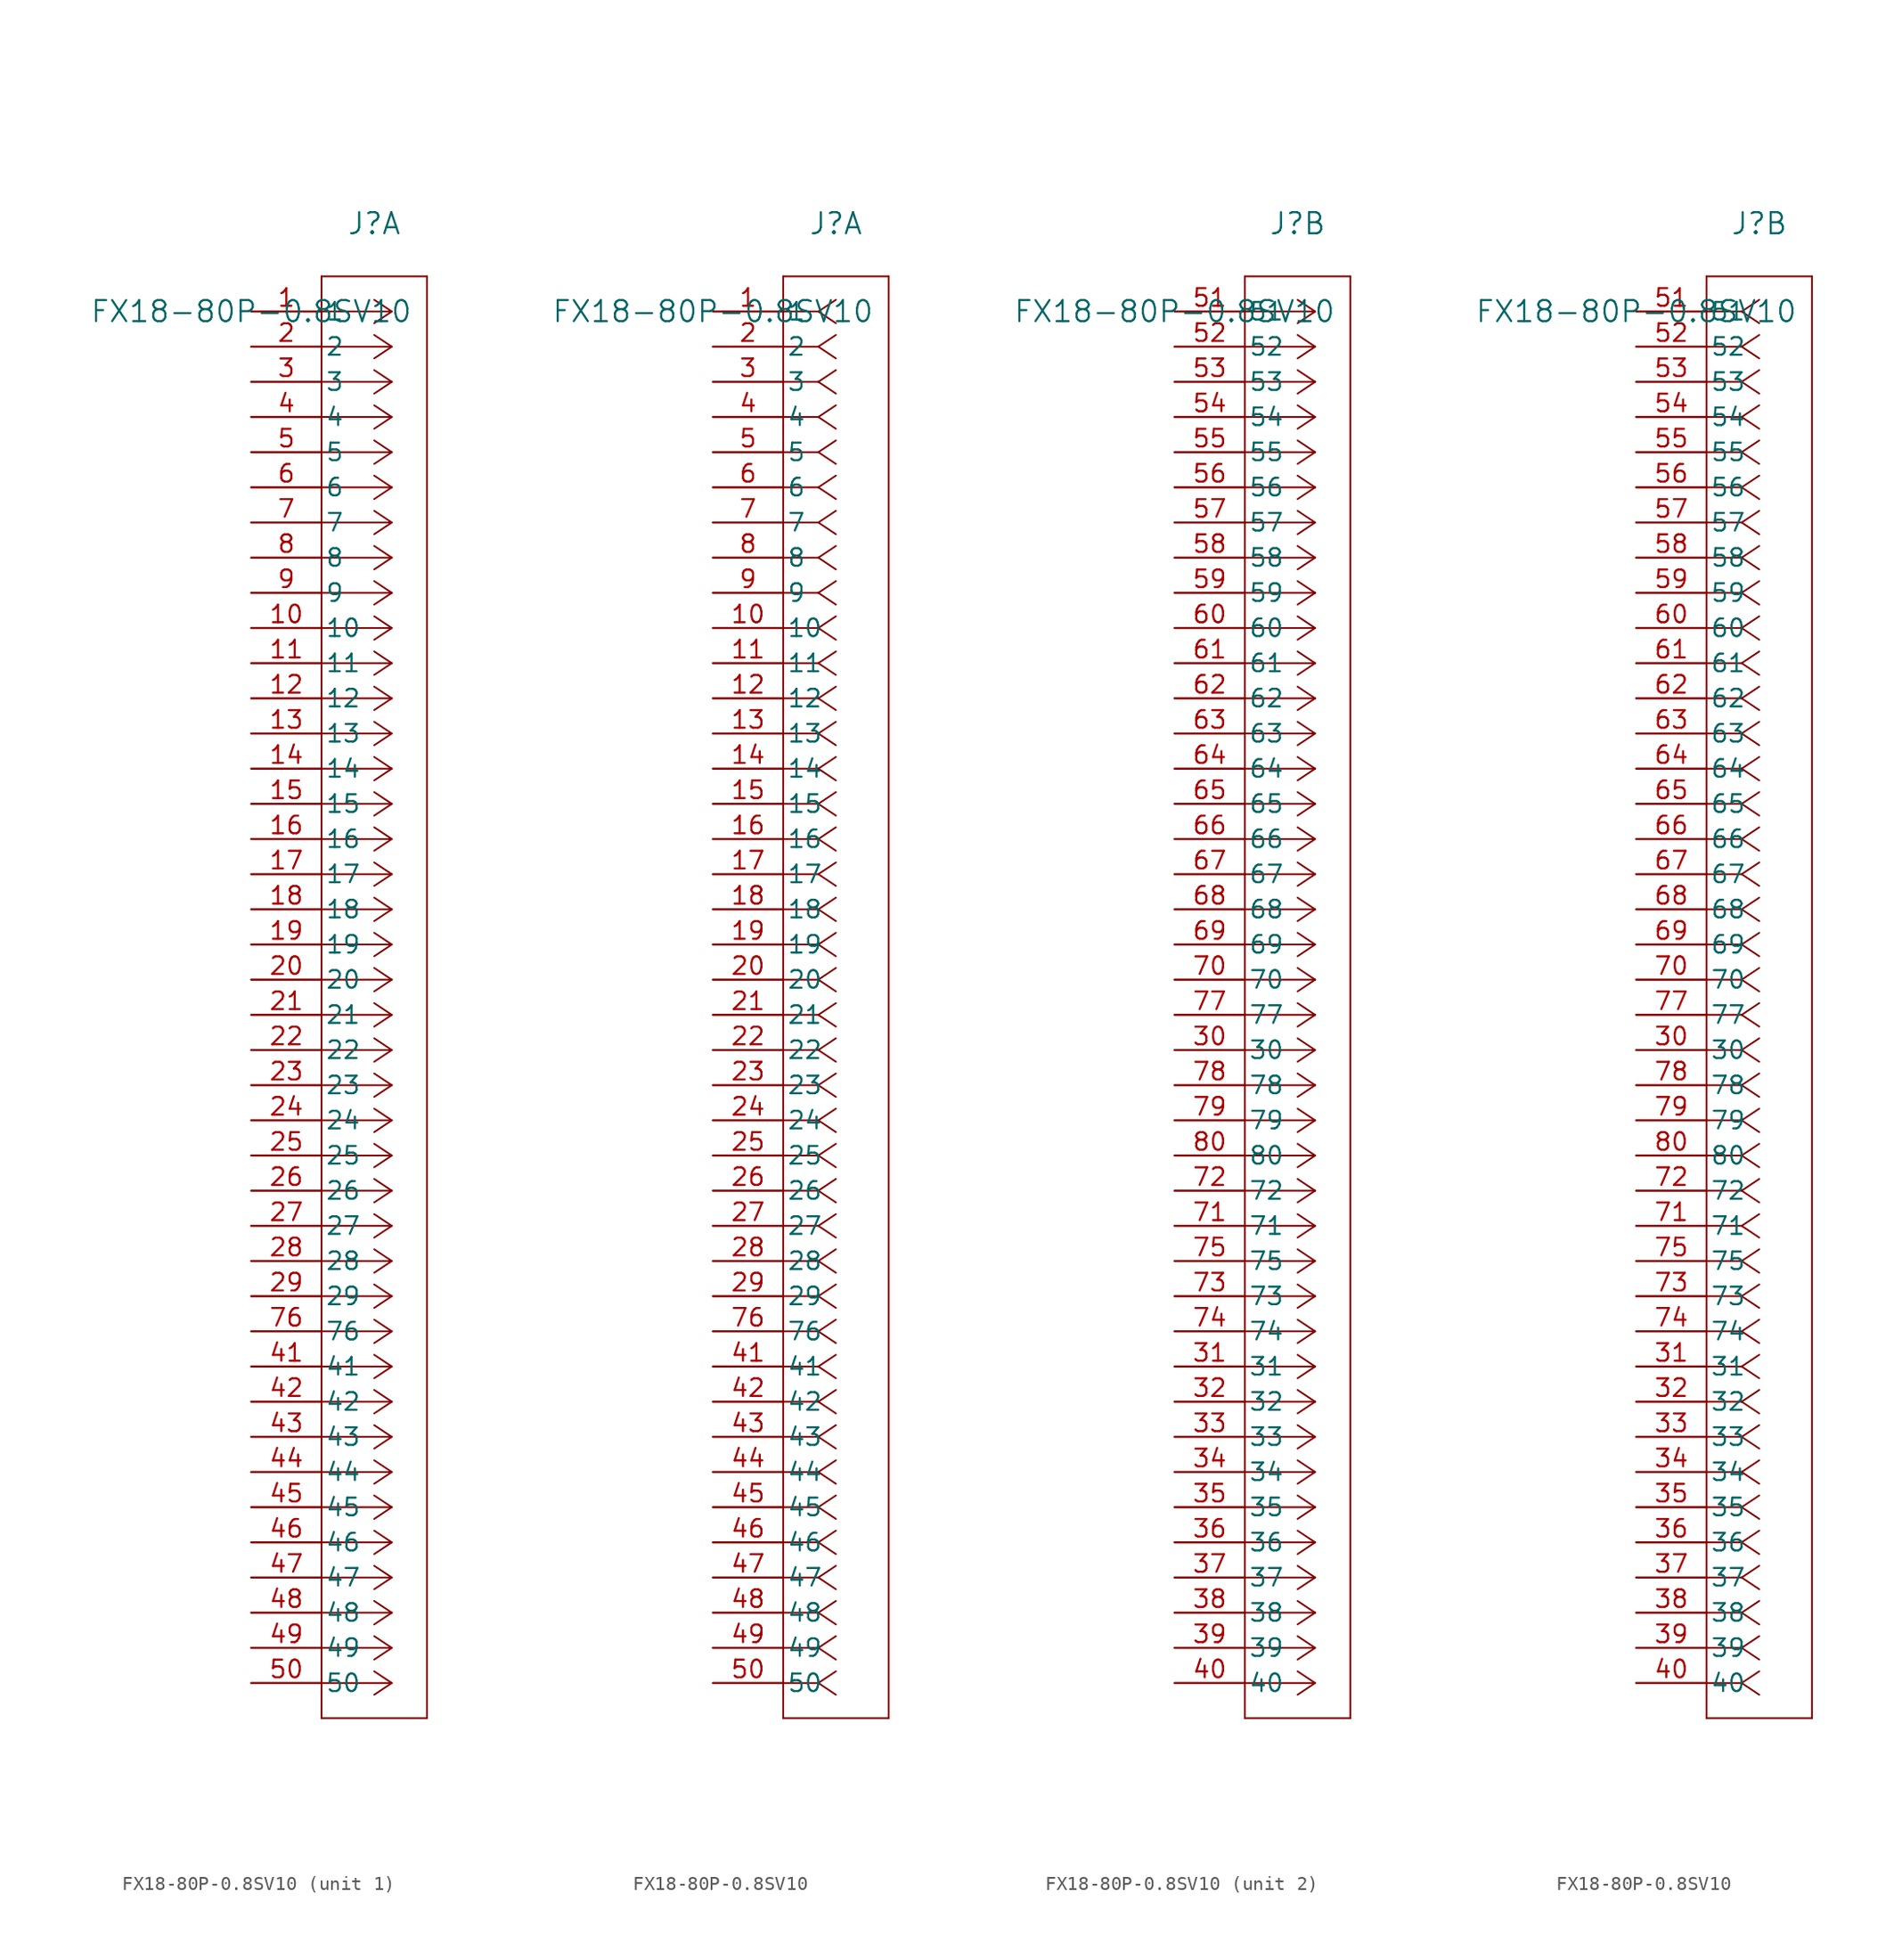
<source format=kicad_sym>
(kicad_symbol_lib
  (version 20211014)
  (generator kicad_symbol_editor)
  (symbol "FX18-80P-0.8SV10"
    (pin_names
      (offset 0.254))
    (property "Reference" "J"
      (at 8.89 6.35 0)
      (effects (font (size 1.524 1.524))))
    (property "Value" "FX18-80P-0.8SV10"
      (at 0 0 0)
      (effects (font (size 1.524 1.524))))
    (symbol "FX18-80P-0.8SV10_1_1"
      (polyline (pts (xy 10.16 0) (xy 5.08 0)) (stroke (width 0.127) (type default) (color 0 0 0 0)) (fill (type none)))
      (polyline (pts (xy 10.16 -2.54) (xy 5.08 -2.54)) (stroke (width 0.127) (type default) (color 0 0 0 0)) (fill (type none)))
      (polyline (pts (xy 10.16 -5.08) (xy 5.08 -5.08)) (stroke (width 0.127) (type default) (color 0 0 0 0)) (fill (type none)))
      (polyline (pts (xy 10.16 -7.62) (xy 5.08 -7.62)) (stroke (width 0.127) (type default) (color 0 0 0 0)) (fill (type none)))
      (polyline (pts (xy 10.16 -10.16) (xy 5.08 -10.16)) (stroke (width 0.127) (type default) (color 0 0 0 0)) (fill (type none)))
      (polyline (pts (xy 10.16 -12.7) (xy 5.08 -12.7)) (stroke (width 0.127) (type default) (color 0 0 0 0)) (fill (type none)))
      (polyline (pts (xy 10.16 -15.24) (xy 5.08 -15.24)) (stroke (width 0.127) (type default) (color 0 0 0 0)) (fill (type none)))
      (polyline (pts (xy 10.16 -17.78) (xy 5.08 -17.78)) (stroke (width 0.127) (type default) (color 0 0 0 0)) (fill (type none)))
      (polyline (pts (xy 10.16 -20.32) (xy 5.08 -20.32)) (stroke (width 0.127) (type default) (color 0 0 0 0)) (fill (type none)))
      (polyline (pts (xy 10.16 -22.86) (xy 5.08 -22.86)) (stroke (width 0.127) (type default) (color 0 0 0 0)) (fill (type none)))
      (polyline (pts (xy 10.16 -25.4) (xy 5.08 -25.4)) (stroke (width 0.127) (type default) (color 0 0 0 0)) (fill (type none)))
      (polyline (pts (xy 10.16 -27.94) (xy 5.08 -27.94)) (stroke (width 0.127) (type default) (color 0 0 0 0)) (fill (type none)))
      (polyline (pts (xy 10.16 -30.48) (xy 5.08 -30.48)) (stroke (width 0.127) (type default) (color 0 0 0 0)) (fill (type none)))
      (polyline (pts (xy 10.16 -33.02) (xy 5.08 -33.02)) (stroke (width 0.127) (type default) (color 0 0 0 0)) (fill (type none)))
      (polyline (pts (xy 10.16 -35.56) (xy 5.08 -35.56)) (stroke (width 0.127) (type default) (color 0 0 0 0)) (fill (type none)))
      (polyline (pts (xy 10.16 -38.1) (xy 5.08 -38.1)) (stroke (width 0.127) (type default) (color 0 0 0 0)) (fill (type none)))
      (polyline (pts (xy 10.16 -40.64) (xy 5.08 -40.64)) (stroke (width 0.127) (type default) (color 0 0 0 0)) (fill (type none)))
      (polyline (pts (xy 10.16 -43.18) (xy 5.08 -43.18)) (stroke (width 0.127) (type default) (color 0 0 0 0)) (fill (type none)))
      (polyline (pts (xy 10.16 -45.72) (xy 5.08 -45.72)) (stroke (width 0.127) (type default) (color 0 0 0 0)) (fill (type none)))
      (polyline (pts (xy 10.16 -48.26) (xy 5.08 -48.26)) (stroke (width 0.127) (type default) (color 0 0 0 0)) (fill (type none)))
      (polyline (pts (xy 10.16 -50.8) (xy 5.08 -50.8)) (stroke (width 0.127) (type default) (color 0 0 0 0)) (fill (type none)))
      (polyline (pts (xy 10.16 -53.34) (xy 5.08 -53.34)) (stroke (width 0.127) (type default) (color 0 0 0 0)) (fill (type none)))
      (polyline (pts (xy 10.16 -55.88) (xy 5.08 -55.88)) (stroke (width 0.127) (type default) (color 0 0 0 0)) (fill (type none)))
      (polyline (pts (xy 10.16 -58.42) (xy 5.08 -58.42)) (stroke (width 0.127) (type default) (color 0 0 0 0)) (fill (type none)))
      (polyline (pts (xy 10.16 -60.96) (xy 5.08 -60.96)) (stroke (width 0.127) (type default) (color 0 0 0 0)) (fill (type none)))
      (polyline (pts (xy 10.16 -63.5) (xy 5.08 -63.5)) (stroke (width 0.127) (type default) (color 0 0 0 0)) (fill (type none)))
      (polyline (pts (xy 10.16 -66.04) (xy 5.08 -66.04)) (stroke (width 0.127) (type default) (color 0 0 0 0)) (fill (type none)))
      (polyline (pts (xy 10.16 -68.58) (xy 5.08 -68.58)) (stroke (width 0.127) (type default) (color 0 0 0 0)) (fill (type none)))
      (polyline (pts (xy 10.16 -71.12) (xy 5.08 -71.12)) (stroke (width 0.127) (type default) (color 0 0 0 0)) (fill (type none)))
      (polyline (pts (xy 10.16 -73.66) (xy 5.08 -73.66)) (stroke (width 0.127) (type default) (color 0 0 0 0)) (fill (type none)))
      (polyline (pts (xy 10.16 -76.2) (xy 5.08 -76.2)) (stroke (width 0.127) (type default) (color 0 0 0 0)) (fill (type none)))
      (polyline (pts (xy 10.16 -78.74) (xy 5.08 -78.74)) (stroke (width 0.127) (type default) (color 0 0 0 0)) (fill (type none)))
      (polyline (pts (xy 10.16 -81.28) (xy 5.08 -81.28)) (stroke (width 0.127) (type default) (color 0 0 0 0)) (fill (type none)))
      (polyline (pts (xy 10.16 -83.82) (xy 5.08 -83.82)) (stroke (width 0.127) (type default) (color 0 0 0 0)) (fill (type none)))
      (polyline (pts (xy 10.16 -86.36) (xy 5.08 -86.36)) (stroke (width 0.127) (type default) (color 0 0 0 0)) (fill (type none)))
      (polyline (pts (xy 10.16 -88.9) (xy 5.08 -88.9)) (stroke (width 0.127) (type default) (color 0 0 0 0)) (fill (type none)))
      (polyline (pts (xy 10.16 -91.44) (xy 5.08 -91.44)) (stroke (width 0.127) (type default) (color 0 0 0 0)) (fill (type none)))
      (polyline (pts (xy 10.16 -93.98) (xy 5.08 -93.98)) (stroke (width 0.127) (type default) (color 0 0 0 0)) (fill (type none)))
      (polyline (pts (xy 10.16 -96.52) (xy 5.08 -96.52)) (stroke (width 0.127) (type default) (color 0 0 0 0)) (fill (type none)))
      (polyline (pts (xy 10.16 -99.06) (xy 5.08 -99.06)) (stroke (width 0.127) (type default) (color 0 0 0 0)) (fill (type none)))
      (polyline (pts (xy 10.16 0) (xy 8.89 0.847)) (stroke (width 0.127) (type default) (color 0 0 0 0)) (fill (type none)))
      (polyline (pts (xy 10.16 -2.54) (xy 8.89 -1.693)) (stroke (width 0.127) (type default) (color 0 0 0 0)) (fill (type none)))
      (polyline (pts (xy 10.16 -5.08) (xy 8.89 -4.233)) (stroke (width 0.127) (type default) (color 0 0 0 0)) (fill (type none)))
      (polyline (pts (xy 10.16 -7.62) (xy 8.89 -6.773)) (stroke (width 0.127) (type default) (color 0 0 0 0)) (fill (type none)))
      (polyline (pts (xy 10.16 -10.16) (xy 8.89 -9.313)) (stroke (width 0.127) (type default) (color 0 0 0 0)) (fill (type none)))
      (polyline (pts (xy 10.16 -12.7) (xy 8.89 -11.853)) (stroke (width 0.127) (type default) (color 0 0 0 0)) (fill (type none)))
      (polyline (pts (xy 10.16 -15.24) (xy 8.89 -14.393)) (stroke (width 0.127) (type default) (color 0 0 0 0)) (fill (type none)))
      (polyline (pts (xy 10.16 -17.78) (xy 8.89 -16.933)) (stroke (width 0.127) (type default) (color 0 0 0 0)) (fill (type none)))
      (polyline (pts (xy 10.16 -20.32) (xy 8.89 -19.473)) (stroke (width 0.127) (type default) (color 0 0 0 0)) (fill (type none)))
      (polyline (pts (xy 10.16 -22.86) (xy 8.89 -22.013)) (stroke (width 0.127) (type default) (color 0 0 0 0)) (fill (type none)))
      (polyline (pts (xy 10.16 -25.4) (xy 8.89 -24.553)) (stroke (width 0.127) (type default) (color 0 0 0 0)) (fill (type none)))
      (polyline (pts (xy 10.16 -27.94) (xy 8.89 -27.093)) (stroke (width 0.127) (type default) (color 0 0 0 0)) (fill (type none)))
      (polyline (pts (xy 10.16 -30.48) (xy 8.89 -29.633)) (stroke (width 0.127) (type default) (color 0 0 0 0)) (fill (type none)))
      (polyline (pts (xy 10.16 -33.02) (xy 8.89 -32.173)) (stroke (width 0.127) (type default) (color 0 0 0 0)) (fill (type none)))
      (polyline (pts (xy 10.16 -35.56) (xy 8.89 -34.713)) (stroke (width 0.127) (type default) (color 0 0 0 0)) (fill (type none)))
      (polyline (pts (xy 10.16 -38.1) (xy 8.89 -37.253)) (stroke (width 0.127) (type default) (color 0 0 0 0)) (fill (type none)))
      (polyline (pts (xy 10.16 -40.64) (xy 8.89 -39.793)) (stroke (width 0.127) (type default) (color 0 0 0 0)) (fill (type none)))
      (polyline (pts (xy 10.16 -43.18) (xy 8.89 -42.333)) (stroke (width 0.127) (type default) (color 0 0 0 0)) (fill (type none)))
      (polyline (pts (xy 10.16 -45.72) (xy 8.89 -44.873)) (stroke (width 0.127) (type default) (color 0 0 0 0)) (fill (type none)))
      (polyline (pts (xy 10.16 -48.26) (xy 8.89 -47.413)) (stroke (width 0.127) (type default) (color 0 0 0 0)) (fill (type none)))
      (polyline (pts (xy 10.16 -50.8) (xy 8.89 -49.953)) (stroke (width 0.127) (type default) (color 0 0 0 0)) (fill (type none)))
      (polyline (pts (xy 10.16 -53.34) (xy 8.89 -52.493)) (stroke (width 0.127) (type default) (color 0 0 0 0)) (fill (type none)))
      (polyline (pts (xy 10.16 -55.88) (xy 8.89 -55.033)) (stroke (width 0.127) (type default) (color 0 0 0 0)) (fill (type none)))
      (polyline (pts (xy 10.16 -58.42) (xy 8.89 -57.573)) (stroke (width 0.127) (type default) (color 0 0 0 0)) (fill (type none)))
      (polyline (pts (xy 10.16 -60.96) (xy 8.89 -60.113)) (stroke (width 0.127) (type default) (color 0 0 0 0)) (fill (type none)))
      (polyline (pts (xy 10.16 -63.5) (xy 8.89 -62.653)) (stroke (width 0.127) (type default) (color 0 0 0 0)) (fill (type none)))
      (polyline (pts (xy 10.16 -66.04) (xy 8.89 -65.193)) (stroke (width 0.127) (type default) (color 0 0 0 0)) (fill (type none)))
      (polyline (pts (xy 10.16 -68.58) (xy 8.89 -67.733)) (stroke (width 0.127) (type default) (color 0 0 0 0)) (fill (type none)))
      (polyline (pts (xy 10.16 -71.12) (xy 8.89 -70.273)) (stroke (width 0.127) (type default) (color 0 0 0 0)) (fill (type none)))
      (polyline (pts (xy 10.16 -73.66) (xy 8.89 -72.813)) (stroke (width 0.127) (type default) (color 0 0 0 0)) (fill (type none)))
      (polyline (pts (xy 10.16 -76.2) (xy 8.89 -75.353)) (stroke (width 0.127) (type default) (color 0 0 0 0)) (fill (type none)))
      (polyline (pts (xy 10.16 -78.74) (xy 8.89 -77.893)) (stroke (width 0.127) (type default) (color 0 0 0 0)) (fill (type none)))
      (polyline (pts (xy 10.16 -81.28) (xy 8.89 -80.433)) (stroke (width 0.127) (type default) (color 0 0 0 0)) (fill (type none)))
      (polyline (pts (xy 10.16 -83.82) (xy 8.89 -82.973)) (stroke (width 0.127) (type default) (color 0 0 0 0)) (fill (type none)))
      (polyline (pts (xy 10.16 -86.36) (xy 8.89 -85.513)) (stroke (width 0.127) (type default) (color 0 0 0 0)) (fill (type none)))
      (polyline (pts (xy 10.16 -88.9) (xy 8.89 -88.053)) (stroke (width 0.127) (type default) (color 0 0 0 0)) (fill (type none)))
      (polyline (pts (xy 10.16 -91.44) (xy 8.89 -90.593)) (stroke (width 0.127) (type default) (color 0 0 0 0)) (fill (type none)))
      (polyline (pts (xy 10.16 -93.98) (xy 8.89 -93.133)) (stroke (width 0.127) (type default) (color 0 0 0 0)) (fill (type none)))
      (polyline (pts (xy 10.16 -96.52) (xy 8.89 -95.673)) (stroke (width 0.127) (type default) (color 0 0 0 0)) (fill (type none)))
      (polyline (pts (xy 10.16 -99.06) (xy 8.89 -98.213)) (stroke (width 0.127) (type default) (color 0 0 0 0)) (fill (type none)))
      (polyline (pts (xy 10.16 0) (xy 8.89 -0.847)) (stroke (width 0.127) (type default) (color 0 0 0 0)) (fill (type none)))
      (polyline (pts (xy 10.16 -2.54) (xy 8.89 -3.387)) (stroke (width 0.127) (type default) (color 0 0 0 0)) (fill (type none)))
      (polyline (pts (xy 10.16 -5.08) (xy 8.89 -5.927)) (stroke (width 0.127) (type default) (color 0 0 0 0)) (fill (type none)))
      (polyline (pts (xy 10.16 -7.62) (xy 8.89 -8.467)) (stroke (width 0.127) (type default) (color 0 0 0 0)) (fill (type none)))
      (polyline (pts (xy 10.16 -10.16) (xy 8.89 -11.007)) (stroke (width 0.127) (type default) (color 0 0 0 0)) (fill (type none)))
      (polyline (pts (xy 10.16 -12.7) (xy 8.89 -13.547)) (stroke (width 0.127) (type default) (color 0 0 0 0)) (fill (type none)))
      (polyline (pts (xy 10.16 -15.24) (xy 8.89 -16.087)) (stroke (width 0.127) (type default) (color 0 0 0 0)) (fill (type none)))
      (polyline (pts (xy 10.16 -17.78) (xy 8.89 -18.627)) (stroke (width 0.127) (type default) (color 0 0 0 0)) (fill (type none)))
      (polyline (pts (xy 10.16 -20.32) (xy 8.89 -21.167)) (stroke (width 0.127) (type default) (color 0 0 0 0)) (fill (type none)))
      (polyline (pts (xy 10.16 -22.86) (xy 8.89 -23.707)) (stroke (width 0.127) (type default) (color 0 0 0 0)) (fill (type none)))
      (polyline (pts (xy 10.16 -25.4) (xy 8.89 -26.247)) (stroke (width 0.127) (type default) (color 0 0 0 0)) (fill (type none)))
      (polyline (pts (xy 10.16 -27.94) (xy 8.89 -28.787)) (stroke (width 0.127) (type default) (color 0 0 0 0)) (fill (type none)))
      (polyline (pts (xy 10.16 -30.48) (xy 8.89 -31.327)) (stroke (width 0.127) (type default) (color 0 0 0 0)) (fill (type none)))
      (polyline (pts (xy 10.16 -33.02) (xy 8.89 -33.867)) (stroke (width 0.127) (type default) (color 0 0 0 0)) (fill (type none)))
      (polyline (pts (xy 10.16 -35.56) (xy 8.89 -36.407)) (stroke (width 0.127) (type default) (color 0 0 0 0)) (fill (type none)))
      (polyline (pts (xy 10.16 -38.1) (xy 8.89 -38.947)) (stroke (width 0.127) (type default) (color 0 0 0 0)) (fill (type none)))
      (polyline (pts (xy 10.16 -40.64) (xy 8.89 -41.487)) (stroke (width 0.127) (type default) (color 0 0 0 0)) (fill (type none)))
      (polyline (pts (xy 10.16 -43.18) (xy 8.89 -44.027)) (stroke (width 0.127) (type default) (color 0 0 0 0)) (fill (type none)))
      (polyline (pts (xy 10.16 -45.72) (xy 8.89 -46.567)) (stroke (width 0.127) (type default) (color 0 0 0 0)) (fill (type none)))
      (polyline (pts (xy 10.16 -48.26) (xy 8.89 -49.107)) (stroke (width 0.127) (type default) (color 0 0 0 0)) (fill (type none)))
      (polyline (pts (xy 10.16 -50.8) (xy 8.89 -51.647)) (stroke (width 0.127) (type default) (color 0 0 0 0)) (fill (type none)))
      (polyline (pts (xy 10.16 -53.34) (xy 8.89 -54.187)) (stroke (width 0.127) (type default) (color 0 0 0 0)) (fill (type none)))
      (polyline (pts (xy 10.16 -55.88) (xy 8.89 -56.727)) (stroke (width 0.127) (type default) (color 0 0 0 0)) (fill (type none)))
      (polyline (pts (xy 10.16 -58.42) (xy 8.89 -59.267)) (stroke (width 0.127) (type default) (color 0 0 0 0)) (fill (type none)))
      (polyline (pts (xy 10.16 -60.96) (xy 8.89 -61.807)) (stroke (width 0.127) (type default) (color 0 0 0 0)) (fill (type none)))
      (polyline (pts (xy 10.16 -63.5) (xy 8.89 -64.347)) (stroke (width 0.127) (type default) (color 0 0 0 0)) (fill (type none)))
      (polyline (pts (xy 10.16 -66.04) (xy 8.89 -66.887)) (stroke (width 0.127) (type default) (color 0 0 0 0)) (fill (type none)))
      (polyline (pts (xy 10.16 -68.58) (xy 8.89 -69.427)) (stroke (width 0.127) (type default) (color 0 0 0 0)) (fill (type none)))
      (polyline (pts (xy 10.16 -71.12) (xy 8.89 -71.967)) (stroke (width 0.127) (type default) (color 0 0 0 0)) (fill (type none)))
      (polyline (pts (xy 10.16 -73.66) (xy 8.89 -74.507)) (stroke (width 0.127) (type default) (color 0 0 0 0)) (fill (type none)))
      (polyline (pts (xy 10.16 -76.2) (xy 8.89 -77.047)) (stroke (width 0.127) (type default) (color 0 0 0 0)) (fill (type none)))
      (polyline (pts (xy 10.16 -78.74) (xy 8.89 -79.587)) (stroke (width 0.127) (type default) (color 0 0 0 0)) (fill (type none)))
      (polyline (pts (xy 10.16 -81.28) (xy 8.89 -82.127)) (stroke (width 0.127) (type default) (color 0 0 0 0)) (fill (type none)))
      (polyline (pts (xy 10.16 -83.82) (xy 8.89 -84.667)) (stroke (width 0.127) (type default) (color 0 0 0 0)) (fill (type none)))
      (polyline (pts (xy 10.16 -86.36) (xy 8.89 -87.207)) (stroke (width 0.127) (type default) (color 0 0 0 0)) (fill (type none)))
      (polyline (pts (xy 10.16 -88.9) (xy 8.89 -89.747)) (stroke (width 0.127) (type default) (color 0 0 0 0)) (fill (type none)))
      (polyline (pts (xy 10.16 -91.44) (xy 8.89 -92.287)) (stroke (width 0.127) (type default) (color 0 0 0 0)) (fill (type none)))
      (polyline (pts (xy 10.16 -93.98) (xy 8.89 -94.827)) (stroke (width 0.127) (type default) (color 0 0 0 0)) (fill (type none)))
      (polyline (pts (xy 10.16 -96.52) (xy 8.89 -97.367)) (stroke (width 0.127) (type default) (color 0 0 0 0)) (fill (type none)))
      (polyline (pts (xy 10.16 -99.06) (xy 8.89 -99.907)) (stroke (width 0.127) (type default) (color 0 0 0 0)) (fill (type none)))
      (polyline (pts (xy 5.08 2.54) (xy 5.08 -101.6)) (stroke (width 0.127) (type default) (color 0 0 0 0)) (fill (type none)))
      (polyline (pts (xy 5.08 -101.6) (xy 12.7 -101.6)) (stroke (width 0.127) (type default) (color 0 0 0 0)) (fill (type none)))
      (polyline (pts (xy 12.7 -101.6) (xy 12.7 2.54)) (stroke (width 0.127) (type default) (color 0 0 0 0)) (fill (type none)))
      (polyline (pts (xy 12.7 2.54) (xy 5.08 2.54)) (stroke (width 0.127) (type default) (color 0 0 0 0)) (fill (type none)))
      (pin unspecified line (at 0 0 0) (length 5.08) (name "1" (effects (font (size 1.27 1.27)))) (number "1" (effects (font (size 1.27 1.27)))))
      (pin unspecified line (at 0 -2.54 0) (length 5.08) (name "2" (effects (font (size 1.27 1.27)))) (number "2" (effects (font (size 1.27 1.27)))))
      (pin unspecified line (at 0 -5.08 0) (length 5.08) (name "3" (effects (font (size 1.27 1.27)))) (number "3" (effects (font (size 1.27 1.27)))))
      (pin unspecified line (at 0 -7.62 0) (length 5.08) (name "4" (effects (font (size 1.27 1.27)))) (number "4" (effects (font (size 1.27 1.27)))))
      (pin unspecified line (at 0 -10.16 0) (length 5.08) (name "5" (effects (font (size 1.27 1.27)))) (number "5" (effects (font (size 1.27 1.27)))))
      (pin unspecified line (at 0 -12.7 0) (length 5.08) (name "6" (effects (font (size 1.27 1.27)))) (number "6" (effects (font (size 1.27 1.27)))))
      (pin unspecified line (at 0 -15.24 0) (length 5.08) (name "7" (effects (font (size 1.27 1.27)))) (number "7" (effects (font (size 1.27 1.27)))))
      (pin unspecified line (at 0 -17.78 0) (length 5.08) (name "8" (effects (font (size 1.27 1.27)))) (number "8" (effects (font (size 1.27 1.27)))))
      (pin unspecified line (at 0 -20.32 0) (length 5.08) (name "9" (effects (font (size 1.27 1.27)))) (number "9" (effects (font (size 1.27 1.27)))))
      (pin unspecified line (at 0 -22.86 0) (length 5.08) (name "10" (effects (font (size 1.27 1.27)))) (number "10" (effects (font (size 1.27 1.27)))))
      (pin unspecified line (at 0 -25.4 0) (length 5.08) (name "11" (effects (font (size 1.27 1.27)))) (number "11" (effects (font (size 1.27 1.27)))))
      (pin unspecified line (at 0 -27.94 0) (length 5.08) (name "12" (effects (font (size 1.27 1.27)))) (number "12" (effects (font (size 1.27 1.27)))))
      (pin unspecified line (at 0 -30.48 0) (length 5.08) (name "13" (effects (font (size 1.27 1.27)))) (number "13" (effects (font (size 1.27 1.27)))))
      (pin unspecified line (at 0 -33.02 0) (length 5.08) (name "14" (effects (font (size 1.27 1.27)))) (number "14" (effects (font (size 1.27 1.27)))))
      (pin unspecified line (at 0 -35.56 0) (length 5.08) (name "15" (effects (font (size 1.27 1.27)))) (number "15" (effects (font (size 1.27 1.27)))))
      (pin unspecified line (at 0 -38.1 0) (length 5.08) (name "16" (effects (font (size 1.27 1.27)))) (number "16" (effects (font (size 1.27 1.27)))))
      (pin unspecified line (at 0 -40.64 0) (length 5.08) (name "17" (effects (font (size 1.27 1.27)))) (number "17" (effects (font (size 1.27 1.27)))))
      (pin unspecified line (at 0 -43.18 0) (length 5.08) (name "18" (effects (font (size 1.27 1.27)))) (number "18" (effects (font (size 1.27 1.27)))))
      (pin unspecified line (at 0 -45.72 0) (length 5.08) (name "19" (effects (font (size 1.27 1.27)))) (number "19" (effects (font (size 1.27 1.27)))))
      (pin unspecified line (at 0 -48.26 0) (length 5.08) (name "20" (effects (font (size 1.27 1.27)))) (number "20" (effects (font (size 1.27 1.27)))))
      (pin unspecified line (at 0 -50.8 0) (length 5.08) (name "21" (effects (font (size 1.27 1.27)))) (number "21" (effects (font (size 1.27 1.27)))))
      (pin unspecified line (at 0 -53.34 0) (length 5.08) (name "22" (effects (font (size 1.27 1.27)))) (number "22" (effects (font (size 1.27 1.27)))))
      (pin unspecified line (at 0 -55.88 0) (length 5.08) (name "23" (effects (font (size 1.27 1.27)))) (number "23" (effects (font (size 1.27 1.27)))))
      (pin unspecified line (at 0 -58.42 0) (length 5.08) (name "24" (effects (font (size 1.27 1.27)))) (number "24" (effects (font (size 1.27 1.27)))))
      (pin unspecified line (at 0 -60.96 0) (length 5.08) (name "25" (effects (font (size 1.27 1.27)))) (number "25" (effects (font (size 1.27 1.27)))))
      (pin unspecified line (at 0 -63.5 0) (length 5.08) (name "26" (effects (font (size 1.27 1.27)))) (number "26" (effects (font (size 1.27 1.27)))))
      (pin unspecified line (at 0 -66.04 0) (length 5.08) (name "27" (effects (font (size 1.27 1.27)))) (number "27" (effects (font (size 1.27 1.27)))))
      (pin unspecified line (at 0 -68.58 0) (length 5.08) (name "28" (effects (font (size 1.27 1.27)))) (number "28" (effects (font (size 1.27 1.27)))))
      (pin unspecified line (at 0 -71.12 0) (length 5.08) (name "29" (effects (font (size 1.27 1.27)))) (number "29" (effects (font (size 1.27 1.27)))))
      (pin unspecified line (at 0 -73.66 0) (length 5.08) (name "76" (effects (font (size 1.27 1.27)))) (number "76" (effects (font (size 1.27 1.27)))))
      (pin unspecified line (at 0 -76.2 0) (length 5.08) (name "41" (effects (font (size 1.27 1.27)))) (number "41" (effects (font (size 1.27 1.27)))))
      (pin unspecified line (at 0 -78.74 0) (length 5.08) (name "42" (effects (font (size 1.27 1.27)))) (number "42" (effects (font (size 1.27 1.27)))))
      (pin unspecified line (at 0 -81.28 0) (length 5.08) (name "43" (effects (font (size 1.27 1.27)))) (number "43" (effects (font (size 1.27 1.27)))))
      (pin unspecified line (at 0 -83.82 0) (length 5.08) (name "44" (effects (font (size 1.27 1.27)))) (number "44" (effects (font (size 1.27 1.27)))))
      (pin unspecified line (at 0 -86.36 0) (length 5.08) (name "45" (effects (font (size 1.27 1.27)))) (number "45" (effects (font (size 1.27 1.27)))))
      (pin unspecified line (at 0 -88.9 0) (length 5.08) (name "46" (effects (font (size 1.27 1.27)))) (number "46" (effects (font (size 1.27 1.27)))))
      (pin unspecified line (at 0 -91.44 0) (length 5.08) (name "47" (effects (font (size 1.27 1.27)))) (number "47" (effects (font (size 1.27 1.27)))))
      (pin unspecified line (at 0 -93.98 0) (length 5.08) (name "48" (effects (font (size 1.27 1.27)))) (number "48" (effects (font (size 1.27 1.27)))))
      (pin unspecified line (at 0 -96.52 0) (length 5.08) (name "49" (effects (font (size 1.27 1.27)))) (number "49" (effects (font (size 1.27 1.27)))))
      (pin unspecified line (at 0 -99.06 0) (length 5.08) (name "50" (effects (font (size 1.27 1.27)))) (number "50" (effects (font (size 1.27 1.27))))))
    (symbol "FX18-80P-0.8SV10_1_2"
      (polyline (pts (xy 7.62 0) (xy 5.08 0)) (stroke (width 0.127) (type default) (color 0 0 0 0)) (fill (type none)))
      (polyline (pts (xy 7.62 -2.54) (xy 5.08 -2.54)) (stroke (width 0.127) (type default) (color 0 0 0 0)) (fill (type none)))
      (polyline (pts (xy 7.62 -5.08) (xy 5.08 -5.08)) (stroke (width 0.127) (type default) (color 0 0 0 0)) (fill (type none)))
      (polyline (pts (xy 7.62 -7.62) (xy 5.08 -7.62)) (stroke (width 0.127) (type default) (color 0 0 0 0)) (fill (type none)))
      (polyline (pts (xy 7.62 -10.16) (xy 5.08 -10.16)) (stroke (width 0.127) (type default) (color 0 0 0 0)) (fill (type none)))
      (polyline (pts (xy 7.62 -12.7) (xy 5.08 -12.7)) (stroke (width 0.127) (type default) (color 0 0 0 0)) (fill (type none)))
      (polyline (pts (xy 7.62 -15.24) (xy 5.08 -15.24)) (stroke (width 0.127) (type default) (color 0 0 0 0)) (fill (type none)))
      (polyline (pts (xy 7.62 -17.78) (xy 5.08 -17.78)) (stroke (width 0.127) (type default) (color 0 0 0 0)) (fill (type none)))
      (polyline (pts (xy 7.62 -20.32) (xy 5.08 -20.32)) (stroke (width 0.127) (type default) (color 0 0 0 0)) (fill (type none)))
      (polyline (pts (xy 7.62 -22.86) (xy 5.08 -22.86)) (stroke (width 0.127) (type default) (color 0 0 0 0)) (fill (type none)))
      (polyline (pts (xy 7.62 -25.4) (xy 5.08 -25.4)) (stroke (width 0.127) (type default) (color 0 0 0 0)) (fill (type none)))
      (polyline (pts (xy 7.62 -27.94) (xy 5.08 -27.94)) (stroke (width 0.127) (type default) (color 0 0 0 0)) (fill (type none)))
      (polyline (pts (xy 7.62 -30.48) (xy 5.08 -30.48)) (stroke (width 0.127) (type default) (color 0 0 0 0)) (fill (type none)))
      (polyline (pts (xy 7.62 -33.02) (xy 5.08 -33.02)) (stroke (width 0.127) (type default) (color 0 0 0 0)) (fill (type none)))
      (polyline (pts (xy 7.62 -35.56) (xy 5.08 -35.56)) (stroke (width 0.127) (type default) (color 0 0 0 0)) (fill (type none)))
      (polyline (pts (xy 7.62 -38.1) (xy 5.08 -38.1)) (stroke (width 0.127) (type default) (color 0 0 0 0)) (fill (type none)))
      (polyline (pts (xy 7.62 -40.64) (xy 5.08 -40.64)) (stroke (width 0.127) (type default) (color 0 0 0 0)) (fill (type none)))
      (polyline (pts (xy 7.62 -43.18) (xy 5.08 -43.18)) (stroke (width 0.127) (type default) (color 0 0 0 0)) (fill (type none)))
      (polyline (pts (xy 7.62 -45.72) (xy 5.08 -45.72)) (stroke (width 0.127) (type default) (color 0 0 0 0)) (fill (type none)))
      (polyline (pts (xy 7.62 -48.26) (xy 5.08 -48.26)) (stroke (width 0.127) (type default) (color 0 0 0 0)) (fill (type none)))
      (polyline (pts (xy 7.62 -50.8) (xy 5.08 -50.8)) (stroke (width 0.127) (type default) (color 0 0 0 0)) (fill (type none)))
      (polyline (pts (xy 7.62 -53.34) (xy 5.08 -53.34)) (stroke (width 0.127) (type default) (color 0 0 0 0)) (fill (type none)))
      (polyline (pts (xy 7.62 -55.88) (xy 5.08 -55.88)) (stroke (width 0.127) (type default) (color 0 0 0 0)) (fill (type none)))
      (polyline (pts (xy 7.62 -58.42) (xy 5.08 -58.42)) (stroke (width 0.127) (type default) (color 0 0 0 0)) (fill (type none)))
      (polyline (pts (xy 7.62 -60.96) (xy 5.08 -60.96)) (stroke (width 0.127) (type default) (color 0 0 0 0)) (fill (type none)))
      (polyline (pts (xy 7.62 -63.5) (xy 5.08 -63.5)) (stroke (width 0.127) (type default) (color 0 0 0 0)) (fill (type none)))
      (polyline (pts (xy 7.62 -66.04) (xy 5.08 -66.04)) (stroke (width 0.127) (type default) (color 0 0 0 0)) (fill (type none)))
      (polyline (pts (xy 7.62 -68.58) (xy 5.08 -68.58)) (stroke (width 0.127) (type default) (color 0 0 0 0)) (fill (type none)))
      (polyline (pts (xy 7.62 -71.12) (xy 5.08 -71.12)) (stroke (width 0.127) (type default) (color 0 0 0 0)) (fill (type none)))
      (polyline (pts (xy 7.62 -73.66) (xy 5.08 -73.66)) (stroke (width 0.127) (type default) (color 0 0 0 0)) (fill (type none)))
      (polyline (pts (xy 7.62 -76.2) (xy 5.08 -76.2)) (stroke (width 0.127) (type default) (color 0 0 0 0)) (fill (type none)))
      (polyline (pts (xy 7.62 -78.74) (xy 5.08 -78.74)) (stroke (width 0.127) (type default) (color 0 0 0 0)) (fill (type none)))
      (polyline (pts (xy 7.62 -81.28) (xy 5.08 -81.28)) (stroke (width 0.127) (type default) (color 0 0 0 0)) (fill (type none)))
      (polyline (pts (xy 7.62 -83.82) (xy 5.08 -83.82)) (stroke (width 0.127) (type default) (color 0 0 0 0)) (fill (type none)))
      (polyline (pts (xy 7.62 -86.36) (xy 5.08 -86.36)) (stroke (width 0.127) (type default) (color 0 0 0 0)) (fill (type none)))
      (polyline (pts (xy 7.62 -88.9) (xy 5.08 -88.9)) (stroke (width 0.127) (type default) (color 0 0 0 0)) (fill (type none)))
      (polyline (pts (xy 7.62 -91.44) (xy 5.08 -91.44)) (stroke (width 0.127) (type default) (color 0 0 0 0)) (fill (type none)))
      (polyline (pts (xy 7.62 -93.98) (xy 5.08 -93.98)) (stroke (width 0.127) (type default) (color 0 0 0 0)) (fill (type none)))
      (polyline (pts (xy 7.62 -96.52) (xy 5.08 -96.52)) (stroke (width 0.127) (type default) (color 0 0 0 0)) (fill (type none)))
      (polyline (pts (xy 7.62 -99.06) (xy 5.08 -99.06)) (stroke (width 0.127) (type default) (color 0 0 0 0)) (fill (type none)))
      (polyline (pts (xy 7.62 0) (xy 8.89 0.847)) (stroke (width 0.127) (type default) (color 0 0 0 0)) (fill (type none)))
      (polyline (pts (xy 7.62 -2.54) (xy 8.89 -1.693)) (stroke (width 0.127) (type default) (color 0 0 0 0)) (fill (type none)))
      (polyline (pts (xy 7.62 -5.08) (xy 8.89 -4.233)) (stroke (width 0.127) (type default) (color 0 0 0 0)) (fill (type none)))
      (polyline (pts (xy 7.62 -7.62) (xy 8.89 -6.773)) (stroke (width 0.127) (type default) (color 0 0 0 0)) (fill (type none)))
      (polyline (pts (xy 7.62 -10.16) (xy 8.89 -9.313)) (stroke (width 0.127) (type default) (color 0 0 0 0)) (fill (type none)))
      (polyline (pts (xy 7.62 -12.7) (xy 8.89 -11.853)) (stroke (width 0.127) (type default) (color 0 0 0 0)) (fill (type none)))
      (polyline (pts (xy 7.62 -15.24) (xy 8.89 -14.393)) (stroke (width 0.127) (type default) (color 0 0 0 0)) (fill (type none)))
      (polyline (pts (xy 7.62 -17.78) (xy 8.89 -16.933)) (stroke (width 0.127) (type default) (color 0 0 0 0)) (fill (type none)))
      (polyline (pts (xy 7.62 -20.32) (xy 8.89 -19.473)) (stroke (width 0.127) (type default) (color 0 0 0 0)) (fill (type none)))
      (polyline (pts (xy 7.62 -22.86) (xy 8.89 -22.013)) (stroke (width 0.127) (type default) (color 0 0 0 0)) (fill (type none)))
      (polyline (pts (xy 7.62 -25.4) (xy 8.89 -24.553)) (stroke (width 0.127) (type default) (color 0 0 0 0)) (fill (type none)))
      (polyline (pts (xy 7.62 -27.94) (xy 8.89 -27.093)) (stroke (width 0.127) (type default) (color 0 0 0 0)) (fill (type none)))
      (polyline (pts (xy 7.62 -30.48) (xy 8.89 -29.633)) (stroke (width 0.127) (type default) (color 0 0 0 0)) (fill (type none)))
      (polyline (pts (xy 7.62 -33.02) (xy 8.89 -32.173)) (stroke (width 0.127) (type default) (color 0 0 0 0)) (fill (type none)))
      (polyline (pts (xy 7.62 -35.56) (xy 8.89 -34.713)) (stroke (width 0.127) (type default) (color 0 0 0 0)) (fill (type none)))
      (polyline (pts (xy 7.62 -38.1) (xy 8.89 -37.253)) (stroke (width 0.127) (type default) (color 0 0 0 0)) (fill (type none)))
      (polyline (pts (xy 7.62 -40.64) (xy 8.89 -39.793)) (stroke (width 0.127) (type default) (color 0 0 0 0)) (fill (type none)))
      (polyline (pts (xy 7.62 -43.18) (xy 8.89 -42.333)) (stroke (width 0.127) (type default) (color 0 0 0 0)) (fill (type none)))
      (polyline (pts (xy 7.62 -45.72) (xy 8.89 -44.873)) (stroke (width 0.127) (type default) (color 0 0 0 0)) (fill (type none)))
      (polyline (pts (xy 7.62 -48.26) (xy 8.89 -47.413)) (stroke (width 0.127) (type default) (color 0 0 0 0)) (fill (type none)))
      (polyline (pts (xy 7.62 -50.8) (xy 8.89 -49.953)) (stroke (width 0.127) (type default) (color 0 0 0 0)) (fill (type none)))
      (polyline (pts (xy 7.62 -53.34) (xy 8.89 -52.493)) (stroke (width 0.127) (type default) (color 0 0 0 0)) (fill (type none)))
      (polyline (pts (xy 7.62 -55.88) (xy 8.89 -55.033)) (stroke (width 0.127) (type default) (color 0 0 0 0)) (fill (type none)))
      (polyline (pts (xy 7.62 -58.42) (xy 8.89 -57.573)) (stroke (width 0.127) (type default) (color 0 0 0 0)) (fill (type none)))
      (polyline (pts (xy 7.62 -60.96) (xy 8.89 -60.113)) (stroke (width 0.127) (type default) (color 0 0 0 0)) (fill (type none)))
      (polyline (pts (xy 7.62 -63.5) (xy 8.89 -62.653)) (stroke (width 0.127) (type default) (color 0 0 0 0)) (fill (type none)))
      (polyline (pts (xy 7.62 -66.04) (xy 8.89 -65.193)) (stroke (width 0.127) (type default) (color 0 0 0 0)) (fill (type none)))
      (polyline (pts (xy 7.62 -68.58) (xy 8.89 -67.733)) (stroke (width 0.127) (type default) (color 0 0 0 0)) (fill (type none)))
      (polyline (pts (xy 7.62 -71.12) (xy 8.89 -70.273)) (stroke (width 0.127) (type default) (color 0 0 0 0)) (fill (type none)))
      (polyline (pts (xy 7.62 -73.66) (xy 8.89 -72.813)) (stroke (width 0.127) (type default) (color 0 0 0 0)) (fill (type none)))
      (polyline (pts (xy 7.62 -76.2) (xy 8.89 -75.353)) (stroke (width 0.127) (type default) (color 0 0 0 0)) (fill (type none)))
      (polyline (pts (xy 7.62 -78.74) (xy 8.89 -77.893)) (stroke (width 0.127) (type default) (color 0 0 0 0)) (fill (type none)))
      (polyline (pts (xy 7.62 -81.28) (xy 8.89 -80.433)) (stroke (width 0.127) (type default) (color 0 0 0 0)) (fill (type none)))
      (polyline (pts (xy 7.62 -83.82) (xy 8.89 -82.973)) (stroke (width 0.127) (type default) (color 0 0 0 0)) (fill (type none)))
      (polyline (pts (xy 7.62 -86.36) (xy 8.89 -85.513)) (stroke (width 0.127) (type default) (color 0 0 0 0)) (fill (type none)))
      (polyline (pts (xy 7.62 -88.9) (xy 8.89 -88.053)) (stroke (width 0.127) (type default) (color 0 0 0 0)) (fill (type none)))
      (polyline (pts (xy 7.62 -91.44) (xy 8.89 -90.593)) (stroke (width 0.127) (type default) (color 0 0 0 0)) (fill (type none)))
      (polyline (pts (xy 7.62 -93.98) (xy 8.89 -93.133)) (stroke (width 0.127) (type default) (color 0 0 0 0)) (fill (type none)))
      (polyline (pts (xy 7.62 -96.52) (xy 8.89 -95.673)) (stroke (width 0.127) (type default) (color 0 0 0 0)) (fill (type none)))
      (polyline (pts (xy 7.62 -99.06) (xy 8.89 -98.213)) (stroke (width 0.127) (type default) (color 0 0 0 0)) (fill (type none)))
      (polyline (pts (xy 7.62 0) (xy 8.89 -0.847)) (stroke (width 0.127) (type default) (color 0 0 0 0)) (fill (type none)))
      (polyline (pts (xy 7.62 -2.54) (xy 8.89 -3.387)) (stroke (width 0.127) (type default) (color 0 0 0 0)) (fill (type none)))
      (polyline (pts (xy 7.62 -5.08) (xy 8.89 -5.927)) (stroke (width 0.127) (type default) (color 0 0 0 0)) (fill (type none)))
      (polyline (pts (xy 7.62 -7.62) (xy 8.89 -8.467)) (stroke (width 0.127) (type default) (color 0 0 0 0)) (fill (type none)))
      (polyline (pts (xy 7.62 -10.16) (xy 8.89 -11.007)) (stroke (width 0.127) (type default) (color 0 0 0 0)) (fill (type none)))
      (polyline (pts (xy 7.62 -12.7) (xy 8.89 -13.547)) (stroke (width 0.127) (type default) (color 0 0 0 0)) (fill (type none)))
      (polyline (pts (xy 7.62 -15.24) (xy 8.89 -16.087)) (stroke (width 0.127) (type default) (color 0 0 0 0)) (fill (type none)))
      (polyline (pts (xy 7.62 -17.78) (xy 8.89 -18.627)) (stroke (width 0.127) (type default) (color 0 0 0 0)) (fill (type none)))
      (polyline (pts (xy 7.62 -20.32) (xy 8.89 -21.167)) (stroke (width 0.127) (type default) (color 0 0 0 0)) (fill (type none)))
      (polyline (pts (xy 7.62 -22.86) (xy 8.89 -23.707)) (stroke (width 0.127) (type default) (color 0 0 0 0)) (fill (type none)))
      (polyline (pts (xy 7.62 -25.4) (xy 8.89 -26.247)) (stroke (width 0.127) (type default) (color 0 0 0 0)) (fill (type none)))
      (polyline (pts (xy 7.62 -27.94) (xy 8.89 -28.787)) (stroke (width 0.127) (type default) (color 0 0 0 0)) (fill (type none)))
      (polyline (pts (xy 7.62 -30.48) (xy 8.89 -31.327)) (stroke (width 0.127) (type default) (color 0 0 0 0)) (fill (type none)))
      (polyline (pts (xy 7.62 -33.02) (xy 8.89 -33.867)) (stroke (width 0.127) (type default) (color 0 0 0 0)) (fill (type none)))
      (polyline (pts (xy 7.62 -35.56) (xy 8.89 -36.407)) (stroke (width 0.127) (type default) (color 0 0 0 0)) (fill (type none)))
      (polyline (pts (xy 7.62 -38.1) (xy 8.89 -38.947)) (stroke (width 0.127) (type default) (color 0 0 0 0)) (fill (type none)))
      (polyline (pts (xy 7.62 -40.64) (xy 8.89 -41.487)) (stroke (width 0.127) (type default) (color 0 0 0 0)) (fill (type none)))
      (polyline (pts (xy 7.62 -43.18) (xy 8.89 -44.027)) (stroke (width 0.127) (type default) (color 0 0 0 0)) (fill (type none)))
      (polyline (pts (xy 7.62 -45.72) (xy 8.89 -46.567)) (stroke (width 0.127) (type default) (color 0 0 0 0)) (fill (type none)))
      (polyline (pts (xy 7.62 -48.26) (xy 8.89 -49.107)) (stroke (width 0.127) (type default) (color 0 0 0 0)) (fill (type none)))
      (polyline (pts (xy 7.62 -50.8) (xy 8.89 -51.647)) (stroke (width 0.127) (type default) (color 0 0 0 0)) (fill (type none)))
      (polyline (pts (xy 7.62 -53.34) (xy 8.89 -54.187)) (stroke (width 0.127) (type default) (color 0 0 0 0)) (fill (type none)))
      (polyline (pts (xy 7.62 -55.88) (xy 8.89 -56.727)) (stroke (width 0.127) (type default) (color 0 0 0 0)) (fill (type none)))
      (polyline (pts (xy 7.62 -58.42) (xy 8.89 -59.267)) (stroke (width 0.127) (type default) (color 0 0 0 0)) (fill (type none)))
      (polyline (pts (xy 7.62 -60.96) (xy 8.89 -61.807)) (stroke (width 0.127) (type default) (color 0 0 0 0)) (fill (type none)))
      (polyline (pts (xy 7.62 -63.5) (xy 8.89 -64.347)) (stroke (width 0.127) (type default) (color 0 0 0 0)) (fill (type none)))
      (polyline (pts (xy 7.62 -66.04) (xy 8.89 -66.887)) (stroke (width 0.127) (type default) (color 0 0 0 0)) (fill (type none)))
      (polyline (pts (xy 7.62 -68.58) (xy 8.89 -69.427)) (stroke (width 0.127) (type default) (color 0 0 0 0)) (fill (type none)))
      (polyline (pts (xy 7.62 -71.12) (xy 8.89 -71.967)) (stroke (width 0.127) (type default) (color 0 0 0 0)) (fill (type none)))
      (polyline (pts (xy 7.62 -73.66) (xy 8.89 -74.507)) (stroke (width 0.127) (type default) (color 0 0 0 0)) (fill (type none)))
      (polyline (pts (xy 7.62 -76.2) (xy 8.89 -77.047)) (stroke (width 0.127) (type default) (color 0 0 0 0)) (fill (type none)))
      (polyline (pts (xy 7.62 -78.74) (xy 8.89 -79.587)) (stroke (width 0.127) (type default) (color 0 0 0 0)) (fill (type none)))
      (polyline (pts (xy 7.62 -81.28) (xy 8.89 -82.127)) (stroke (width 0.127) (type default) (color 0 0 0 0)) (fill (type none)))
      (polyline (pts (xy 7.62 -83.82) (xy 8.89 -84.667)) (stroke (width 0.127) (type default) (color 0 0 0 0)) (fill (type none)))
      (polyline (pts (xy 7.62 -86.36) (xy 8.89 -87.207)) (stroke (width 0.127) (type default) (color 0 0 0 0)) (fill (type none)))
      (polyline (pts (xy 7.62 -88.9) (xy 8.89 -89.747)) (stroke (width 0.127) (type default) (color 0 0 0 0)) (fill (type none)))
      (polyline (pts (xy 7.62 -91.44) (xy 8.89 -92.287)) (stroke (width 0.127) (type default) (color 0 0 0 0)) (fill (type none)))
      (polyline (pts (xy 7.62 -93.98) (xy 8.89 -94.827)) (stroke (width 0.127) (type default) (color 0 0 0 0)) (fill (type none)))
      (polyline (pts (xy 7.62 -96.52) (xy 8.89 -97.367)) (stroke (width 0.127) (type default) (color 0 0 0 0)) (fill (type none)))
      (polyline (pts (xy 7.62 -99.06) (xy 8.89 -99.907)) (stroke (width 0.127) (type default) (color 0 0 0 0)) (fill (type none)))
      (polyline (pts (xy 5.08 2.54) (xy 5.08 -101.6)) (stroke (width 0.127) (type default) (color 0 0 0 0)) (fill (type none)))
      (polyline (pts (xy 5.08 -101.6) (xy 12.7 -101.6)) (stroke (width 0.127) (type default) (color 0 0 0 0)) (fill (type none)))
      (polyline (pts (xy 12.7 -101.6) (xy 12.7 2.54)) (stroke (width 0.127) (type default) (color 0 0 0 0)) (fill (type none)))
      (polyline (pts (xy 12.7 2.54) (xy 5.08 2.54)) (stroke (width 0.127) (type default) (color 0 0 0 0)) (fill (type none)))
      (pin unspecified line (at 0 0 0) (length 5.08) (name "1" (effects (font (size 1.27 1.27)))) (number "1" (effects (font (size 1.27 1.27)))))
      (pin unspecified line (at 0 -2.54 0) (length 5.08) (name "2" (effects (font (size 1.27 1.27)))) (number "2" (effects (font (size 1.27 1.27)))))
      (pin unspecified line (at 0 -5.08 0) (length 5.08) (name "3" (effects (font (size 1.27 1.27)))) (number "3" (effects (font (size 1.27 1.27)))))
      (pin unspecified line (at 0 -7.62 0) (length 5.08) (name "4" (effects (font (size 1.27 1.27)))) (number "4" (effects (font (size 1.27 1.27)))))
      (pin unspecified line (at 0 -10.16 0) (length 5.08) (name "5" (effects (font (size 1.27 1.27)))) (number "5" (effects (font (size 1.27 1.27)))))
      (pin unspecified line (at 0 -12.7 0) (length 5.08) (name "6" (effects (font (size 1.27 1.27)))) (number "6" (effects (font (size 1.27 1.27)))))
      (pin unspecified line (at 0 -15.24 0) (length 5.08) (name "7" (effects (font (size 1.27 1.27)))) (number "7" (effects (font (size 1.27 1.27)))))
      (pin unspecified line (at 0 -17.78 0) (length 5.08) (name "8" (effects (font (size 1.27 1.27)))) (number "8" (effects (font (size 1.27 1.27)))))
      (pin unspecified line (at 0 -20.32 0) (length 5.08) (name "9" (effects (font (size 1.27 1.27)))) (number "9" (effects (font (size 1.27 1.27)))))
      (pin unspecified line (at 0 -22.86 0) (length 5.08) (name "10" (effects (font (size 1.27 1.27)))) (number "10" (effects (font (size 1.27 1.27)))))
      (pin unspecified line (at 0 -25.4 0) (length 5.08) (name "11" (effects (font (size 1.27 1.27)))) (number "11" (effects (font (size 1.27 1.27)))))
      (pin unspecified line (at 0 -27.94 0) (length 5.08) (name "12" (effects (font (size 1.27 1.27)))) (number "12" (effects (font (size 1.27 1.27)))))
      (pin unspecified line (at 0 -30.48 0) (length 5.08) (name "13" (effects (font (size 1.27 1.27)))) (number "13" (effects (font (size 1.27 1.27)))))
      (pin unspecified line (at 0 -33.02 0) (length 5.08) (name "14" (effects (font (size 1.27 1.27)))) (number "14" (effects (font (size 1.27 1.27)))))
      (pin unspecified line (at 0 -35.56 0) (length 5.08) (name "15" (effects (font (size 1.27 1.27)))) (number "15" (effects (font (size 1.27 1.27)))))
      (pin unspecified line (at 0 -38.1 0) (length 5.08) (name "16" (effects (font (size 1.27 1.27)))) (number "16" (effects (font (size 1.27 1.27)))))
      (pin unspecified line (at 0 -40.64 0) (length 5.08) (name "17" (effects (font (size 1.27 1.27)))) (number "17" (effects (font (size 1.27 1.27)))))
      (pin unspecified line (at 0 -43.18 0) (length 5.08) (name "18" (effects (font (size 1.27 1.27)))) (number "18" (effects (font (size 1.27 1.27)))))
      (pin unspecified line (at 0 -45.72 0) (length 5.08) (name "19" (effects (font (size 1.27 1.27)))) (number "19" (effects (font (size 1.27 1.27)))))
      (pin unspecified line (at 0 -48.26 0) (length 5.08) (name "20" (effects (font (size 1.27 1.27)))) (number "20" (effects (font (size 1.27 1.27)))))
      (pin unspecified line (at 0 -50.8 0) (length 5.08) (name "21" (effects (font (size 1.27 1.27)))) (number "21" (effects (font (size 1.27 1.27)))))
      (pin unspecified line (at 0 -53.34 0) (length 5.08) (name "22" (effects (font (size 1.27 1.27)))) (number "22" (effects (font (size 1.27 1.27)))))
      (pin unspecified line (at 0 -55.88 0) (length 5.08) (name "23" (effects (font (size 1.27 1.27)))) (number "23" (effects (font (size 1.27 1.27)))))
      (pin unspecified line (at 0 -58.42 0) (length 5.08) (name "24" (effects (font (size 1.27 1.27)))) (number "24" (effects (font (size 1.27 1.27)))))
      (pin unspecified line (at 0 -60.96 0) (length 5.08) (name "25" (effects (font (size 1.27 1.27)))) (number "25" (effects (font (size 1.27 1.27)))))
      (pin unspecified line (at 0 -63.5 0) (length 5.08) (name "26" (effects (font (size 1.27 1.27)))) (number "26" (effects (font (size 1.27 1.27)))))
      (pin unspecified line (at 0 -66.04 0) (length 5.08) (name "27" (effects (font (size 1.27 1.27)))) (number "27" (effects (font (size 1.27 1.27)))))
      (pin unspecified line (at 0 -68.58 0) (length 5.08) (name "28" (effects (font (size 1.27 1.27)))) (number "28" (effects (font (size 1.27 1.27)))))
      (pin unspecified line (at 0 -71.12 0) (length 5.08) (name "29" (effects (font (size 1.27 1.27)))) (number "29" (effects (font (size 1.27 1.27)))))
      (pin unspecified line (at 0 -73.66 0) (length 5.08) (name "76" (effects (font (size 1.27 1.27)))) (number "76" (effects (font (size 1.27 1.27)))))
      (pin unspecified line (at 0 -76.2 0) (length 5.08) (name "41" (effects (font (size 1.27 1.27)))) (number "41" (effects (font (size 1.27 1.27)))))
      (pin unspecified line (at 0 -78.74 0) (length 5.08) (name "42" (effects (font (size 1.27 1.27)))) (number "42" (effects (font (size 1.27 1.27)))))
      (pin unspecified line (at 0 -81.28 0) (length 5.08) (name "43" (effects (font (size 1.27 1.27)))) (number "43" (effects (font (size 1.27 1.27)))))
      (pin unspecified line (at 0 -83.82 0) (length 5.08) (name "44" (effects (font (size 1.27 1.27)))) (number "44" (effects (font (size 1.27 1.27)))))
      (pin unspecified line (at 0 -86.36 0) (length 5.08) (name "45" (effects (font (size 1.27 1.27)))) (number "45" (effects (font (size 1.27 1.27)))))
      (pin unspecified line (at 0 -88.9 0) (length 5.08) (name "46" (effects (font (size 1.27 1.27)))) (number "46" (effects (font (size 1.27 1.27)))))
      (pin unspecified line (at 0 -91.44 0) (length 5.08) (name "47" (effects (font (size 1.27 1.27)))) (number "47" (effects (font (size 1.27 1.27)))))
      (pin unspecified line (at 0 -93.98 0) (length 5.08) (name "48" (effects (font (size 1.27 1.27)))) (number "48" (effects (font (size 1.27 1.27)))))
      (pin unspecified line (at 0 -96.52 0) (length 5.08) (name "49" (effects (font (size 1.27 1.27)))) (number "49" (effects (font (size 1.27 1.27)))))
      (pin unspecified line (at 0 -99.06 0) (length 5.08) (name "50" (effects (font (size 1.27 1.27)))) (number "50" (effects (font (size 1.27 1.27))))))
    (symbol "FX18-80P-0.8SV10_2_1"
      (polyline (pts (xy 10.16 0) (xy 5.08 0)) (stroke (width 0.127) (type default) (color 0 0 0 0)) (fill (type none)))
      (polyline (pts (xy 10.16 -2.54) (xy 5.08 -2.54)) (stroke (width 0.127) (type default) (color 0 0 0 0)) (fill (type none)))
      (polyline (pts (xy 10.16 -5.08) (xy 5.08 -5.08)) (stroke (width 0.127) (type default) (color 0 0 0 0)) (fill (type none)))
      (polyline (pts (xy 10.16 -7.62) (xy 5.08 -7.62)) (stroke (width 0.127) (type default) (color 0 0 0 0)) (fill (type none)))
      (polyline (pts (xy 10.16 -10.16) (xy 5.08 -10.16)) (stroke (width 0.127) (type default) (color 0 0 0 0)) (fill (type none)))
      (polyline (pts (xy 10.16 -12.7) (xy 5.08 -12.7)) (stroke (width 0.127) (type default) (color 0 0 0 0)) (fill (type none)))
      (polyline (pts (xy 10.16 -15.24) (xy 5.08 -15.24)) (stroke (width 0.127) (type default) (color 0 0 0 0)) (fill (type none)))
      (polyline (pts (xy 10.16 -17.78) (xy 5.08 -17.78)) (stroke (width 0.127) (type default) (color 0 0 0 0)) (fill (type none)))
      (polyline (pts (xy 10.16 -20.32) (xy 5.08 -20.32)) (stroke (width 0.127) (type default) (color 0 0 0 0)) (fill (type none)))
      (polyline (pts (xy 10.16 -22.86) (xy 5.08 -22.86)) (stroke (width 0.127) (type default) (color 0 0 0 0)) (fill (type none)))
      (polyline (pts (xy 10.16 -25.4) (xy 5.08 -25.4)) (stroke (width 0.127) (type default) (color 0 0 0 0)) (fill (type none)))
      (polyline (pts (xy 10.16 -27.94) (xy 5.08 -27.94)) (stroke (width 0.127) (type default) (color 0 0 0 0)) (fill (type none)))
      (polyline (pts (xy 10.16 -30.48) (xy 5.08 -30.48)) (stroke (width 0.127) (type default) (color 0 0 0 0)) (fill (type none)))
      (polyline (pts (xy 10.16 -33.02) (xy 5.08 -33.02)) (stroke (width 0.127) (type default) (color 0 0 0 0)) (fill (type none)))
      (polyline (pts (xy 10.16 -35.56) (xy 5.08 -35.56)) (stroke (width 0.127) (type default) (color 0 0 0 0)) (fill (type none)))
      (polyline (pts (xy 10.16 -38.1) (xy 5.08 -38.1)) (stroke (width 0.127) (type default) (color 0 0 0 0)) (fill (type none)))
      (polyline (pts (xy 10.16 -40.64) (xy 5.08 -40.64)) (stroke (width 0.127) (type default) (color 0 0 0 0)) (fill (type none)))
      (polyline (pts (xy 10.16 -43.18) (xy 5.08 -43.18)) (stroke (width 0.127) (type default) (color 0 0 0 0)) (fill (type none)))
      (polyline (pts (xy 10.16 -45.72) (xy 5.08 -45.72)) (stroke (width 0.127) (type default) (color 0 0 0 0)) (fill (type none)))
      (polyline (pts (xy 10.16 -48.26) (xy 5.08 -48.26)) (stroke (width 0.127) (type default) (color 0 0 0 0)) (fill (type none)))
      (polyline (pts (xy 10.16 -50.8) (xy 5.08 -50.8)) (stroke (width 0.127) (type default) (color 0 0 0 0)) (fill (type none)))
      (polyline (pts (xy 10.16 -53.34) (xy 5.08 -53.34)) (stroke (width 0.127) (type default) (color 0 0 0 0)) (fill (type none)))
      (polyline (pts (xy 10.16 -55.88) (xy 5.08 -55.88)) (stroke (width 0.127) (type default) (color 0 0 0 0)) (fill (type none)))
      (polyline (pts (xy 10.16 -58.42) (xy 5.08 -58.42)) (stroke (width 0.127) (type default) (color 0 0 0 0)) (fill (type none)))
      (polyline (pts (xy 10.16 -60.96) (xy 5.08 -60.96)) (stroke (width 0.127) (type default) (color 0 0 0 0)) (fill (type none)))
      (polyline (pts (xy 10.16 -63.5) (xy 5.08 -63.5)) (stroke (width 0.127) (type default) (color 0 0 0 0)) (fill (type none)))
      (polyline (pts (xy 10.16 -66.04) (xy 5.08 -66.04)) (stroke (width 0.127) (type default) (color 0 0 0 0)) (fill (type none)))
      (polyline (pts (xy 10.16 -68.58) (xy 5.08 -68.58)) (stroke (width 0.127) (type default) (color 0 0 0 0)) (fill (type none)))
      (polyline (pts (xy 10.16 -71.12) (xy 5.08 -71.12)) (stroke (width 0.127) (type default) (color 0 0 0 0)) (fill (type none)))
      (polyline (pts (xy 10.16 -73.66) (xy 5.08 -73.66)) (stroke (width 0.127) (type default) (color 0 0 0 0)) (fill (type none)))
      (polyline (pts (xy 10.16 -76.2) (xy 5.08 -76.2)) (stroke (width 0.127) (type default) (color 0 0 0 0)) (fill (type none)))
      (polyline (pts (xy 10.16 -78.74) (xy 5.08 -78.74)) (stroke (width 0.127) (type default) (color 0 0 0 0)) (fill (type none)))
      (polyline (pts (xy 10.16 -81.28) (xy 5.08 -81.28)) (stroke (width 0.127) (type default) (color 0 0 0 0)) (fill (type none)))
      (polyline (pts (xy 10.16 -83.82) (xy 5.08 -83.82)) (stroke (width 0.127) (type default) (color 0 0 0 0)) (fill (type none)))
      (polyline (pts (xy 10.16 -86.36) (xy 5.08 -86.36)) (stroke (width 0.127) (type default) (color 0 0 0 0)) (fill (type none)))
      (polyline (pts (xy 10.16 -88.9) (xy 5.08 -88.9)) (stroke (width 0.127) (type default) (color 0 0 0 0)) (fill (type none)))
      (polyline (pts (xy 10.16 -91.44) (xy 5.08 -91.44)) (stroke (width 0.127) (type default) (color 0 0 0 0)) (fill (type none)))
      (polyline (pts (xy 10.16 -93.98) (xy 5.08 -93.98)) (stroke (width 0.127) (type default) (color 0 0 0 0)) (fill (type none)))
      (polyline (pts (xy 10.16 -96.52) (xy 5.08 -96.52)) (stroke (width 0.127) (type default) (color 0 0 0 0)) (fill (type none)))
      (polyline (pts (xy 10.16 -99.06) (xy 5.08 -99.06)) (stroke (width 0.127) (type default) (color 0 0 0 0)) (fill (type none)))
      (polyline (pts (xy 10.16 0) (xy 8.89 0.847)) (stroke (width 0.127) (type default) (color 0 0 0 0)) (fill (type none)))
      (polyline (pts (xy 10.16 -2.54) (xy 8.89 -1.693)) (stroke (width 0.127) (type default) (color 0 0 0 0)) (fill (type none)))
      (polyline (pts (xy 10.16 -5.08) (xy 8.89 -4.233)) (stroke (width 0.127) (type default) (color 0 0 0 0)) (fill (type none)))
      (polyline (pts (xy 10.16 -7.62) (xy 8.89 -6.773)) (stroke (width 0.127) (type default) (color 0 0 0 0)) (fill (type none)))
      (polyline (pts (xy 10.16 -10.16) (xy 8.89 -9.313)) (stroke (width 0.127) (type default) (color 0 0 0 0)) (fill (type none)))
      (polyline (pts (xy 10.16 -12.7) (xy 8.89 -11.853)) (stroke (width 0.127) (type default) (color 0 0 0 0)) (fill (type none)))
      (polyline (pts (xy 10.16 -15.24) (xy 8.89 -14.393)) (stroke (width 0.127) (type default) (color 0 0 0 0)) (fill (type none)))
      (polyline (pts (xy 10.16 -17.78) (xy 8.89 -16.933)) (stroke (width 0.127) (type default) (color 0 0 0 0)) (fill (type none)))
      (polyline (pts (xy 10.16 -20.32) (xy 8.89 -19.473)) (stroke (width 0.127) (type default) (color 0 0 0 0)) (fill (type none)))
      (polyline (pts (xy 10.16 -22.86) (xy 8.89 -22.013)) (stroke (width 0.127) (type default) (color 0 0 0 0)) (fill (type none)))
      (polyline (pts (xy 10.16 -25.4) (xy 8.89 -24.553)) (stroke (width 0.127) (type default) (color 0 0 0 0)) (fill (type none)))
      (polyline (pts (xy 10.16 -27.94) (xy 8.89 -27.093)) (stroke (width 0.127) (type default) (color 0 0 0 0)) (fill (type none)))
      (polyline (pts (xy 10.16 -30.48) (xy 8.89 -29.633)) (stroke (width 0.127) (type default) (color 0 0 0 0)) (fill (type none)))
      (polyline (pts (xy 10.16 -33.02) (xy 8.89 -32.173)) (stroke (width 0.127) (type default) (color 0 0 0 0)) (fill (type none)))
      (polyline (pts (xy 10.16 -35.56) (xy 8.89 -34.713)) (stroke (width 0.127) (type default) (color 0 0 0 0)) (fill (type none)))
      (polyline (pts (xy 10.16 -38.1) (xy 8.89 -37.253)) (stroke (width 0.127) (type default) (color 0 0 0 0)) (fill (type none)))
      (polyline (pts (xy 10.16 -40.64) (xy 8.89 -39.793)) (stroke (width 0.127) (type default) (color 0 0 0 0)) (fill (type none)))
      (polyline (pts (xy 10.16 -43.18) (xy 8.89 -42.333)) (stroke (width 0.127) (type default) (color 0 0 0 0)) (fill (type none)))
      (polyline (pts (xy 10.16 -45.72) (xy 8.89 -44.873)) (stroke (width 0.127) (type default) (color 0 0 0 0)) (fill (type none)))
      (polyline (pts (xy 10.16 -48.26) (xy 8.89 -47.413)) (stroke (width 0.127) (type default) (color 0 0 0 0)) (fill (type none)))
      (polyline (pts (xy 10.16 -50.8) (xy 8.89 -49.953)) (stroke (width 0.127) (type default) (color 0 0 0 0)) (fill (type none)))
      (polyline (pts (xy 10.16 -53.34) (xy 8.89 -52.493)) (stroke (width 0.127) (type default) (color 0 0 0 0)) (fill (type none)))
      (polyline (pts (xy 10.16 -55.88) (xy 8.89 -55.033)) (stroke (width 0.127) (type default) (color 0 0 0 0)) (fill (type none)))
      (polyline (pts (xy 10.16 -58.42) (xy 8.89 -57.573)) (stroke (width 0.127) (type default) (color 0 0 0 0)) (fill (type none)))
      (polyline (pts (xy 10.16 -60.96) (xy 8.89 -60.113)) (stroke (width 0.127) (type default) (color 0 0 0 0)) (fill (type none)))
      (polyline (pts (xy 10.16 -63.5) (xy 8.89 -62.653)) (stroke (width 0.127) (type default) (color 0 0 0 0)) (fill (type none)))
      (polyline (pts (xy 10.16 -66.04) (xy 8.89 -65.193)) (stroke (width 0.127) (type default) (color 0 0 0 0)) (fill (type none)))
      (polyline (pts (xy 10.16 -68.58) (xy 8.89 -67.733)) (stroke (width 0.127) (type default) (color 0 0 0 0)) (fill (type none)))
      (polyline (pts (xy 10.16 -71.12) (xy 8.89 -70.273)) (stroke (width 0.127) (type default) (color 0 0 0 0)) (fill (type none)))
      (polyline (pts (xy 10.16 -73.66) (xy 8.89 -72.813)) (stroke (width 0.127) (type default) (color 0 0 0 0)) (fill (type none)))
      (polyline (pts (xy 10.16 -76.2) (xy 8.89 -75.353)) (stroke (width 0.127) (type default) (color 0 0 0 0)) (fill (type none)))
      (polyline (pts (xy 10.16 -78.74) (xy 8.89 -77.893)) (stroke (width 0.127) (type default) (color 0 0 0 0)) (fill (type none)))
      (polyline (pts (xy 10.16 -81.28) (xy 8.89 -80.433)) (stroke (width 0.127) (type default) (color 0 0 0 0)) (fill (type none)))
      (polyline (pts (xy 10.16 -83.82) (xy 8.89 -82.973)) (stroke (width 0.127) (type default) (color 0 0 0 0)) (fill (type none)))
      (polyline (pts (xy 10.16 -86.36) (xy 8.89 -85.513)) (stroke (width 0.127) (type default) (color 0 0 0 0)) (fill (type none)))
      (polyline (pts (xy 10.16 -88.9) (xy 8.89 -88.053)) (stroke (width 0.127) (type default) (color 0 0 0 0)) (fill (type none)))
      (polyline (pts (xy 10.16 -91.44) (xy 8.89 -90.593)) (stroke (width 0.127) (type default) (color 0 0 0 0)) (fill (type none)))
      (polyline (pts (xy 10.16 -93.98) (xy 8.89 -93.133)) (stroke (width 0.127) (type default) (color 0 0 0 0)) (fill (type none)))
      (polyline (pts (xy 10.16 -96.52) (xy 8.89 -95.673)) (stroke (width 0.127) (type default) (color 0 0 0 0)) (fill (type none)))
      (polyline (pts (xy 10.16 -99.06) (xy 8.89 -98.213)) (stroke (width 0.127) (type default) (color 0 0 0 0)) (fill (type none)))
      (polyline (pts (xy 10.16 0) (xy 8.89 -0.847)) (stroke (width 0.127) (type default) (color 0 0 0 0)) (fill (type none)))
      (polyline (pts (xy 10.16 -2.54) (xy 8.89 -3.387)) (stroke (width 0.127) (type default) (color 0 0 0 0)) (fill (type none)))
      (polyline (pts (xy 10.16 -5.08) (xy 8.89 -5.927)) (stroke (width 0.127) (type default) (color 0 0 0 0)) (fill (type none)))
      (polyline (pts (xy 10.16 -7.62) (xy 8.89 -8.467)) (stroke (width 0.127) (type default) (color 0 0 0 0)) (fill (type none)))
      (polyline (pts (xy 10.16 -10.16) (xy 8.89 -11.007)) (stroke (width 0.127) (type default) (color 0 0 0 0)) (fill (type none)))
      (polyline (pts (xy 10.16 -12.7) (xy 8.89 -13.547)) (stroke (width 0.127) (type default) (color 0 0 0 0)) (fill (type none)))
      (polyline (pts (xy 10.16 -15.24) (xy 8.89 -16.087)) (stroke (width 0.127) (type default) (color 0 0 0 0)) (fill (type none)))
      (polyline (pts (xy 10.16 -17.78) (xy 8.89 -18.627)) (stroke (width 0.127) (type default) (color 0 0 0 0)) (fill (type none)))
      (polyline (pts (xy 10.16 -20.32) (xy 8.89 -21.167)) (stroke (width 0.127) (type default) (color 0 0 0 0)) (fill (type none)))
      (polyline (pts (xy 10.16 -22.86) (xy 8.89 -23.707)) (stroke (width 0.127) (type default) (color 0 0 0 0)) (fill (type none)))
      (polyline (pts (xy 10.16 -25.4) (xy 8.89 -26.247)) (stroke (width 0.127) (type default) (color 0 0 0 0)) (fill (type none)))
      (polyline (pts (xy 10.16 -27.94) (xy 8.89 -28.787)) (stroke (width 0.127) (type default) (color 0 0 0 0)) (fill (type none)))
      (polyline (pts (xy 10.16 -30.48) (xy 8.89 -31.327)) (stroke (width 0.127) (type default) (color 0 0 0 0)) (fill (type none)))
      (polyline (pts (xy 10.16 -33.02) (xy 8.89 -33.867)) (stroke (width 0.127) (type default) (color 0 0 0 0)) (fill (type none)))
      (polyline (pts (xy 10.16 -35.56) (xy 8.89 -36.407)) (stroke (width 0.127) (type default) (color 0 0 0 0)) (fill (type none)))
      (polyline (pts (xy 10.16 -38.1) (xy 8.89 -38.947)) (stroke (width 0.127) (type default) (color 0 0 0 0)) (fill (type none)))
      (polyline (pts (xy 10.16 -40.64) (xy 8.89 -41.487)) (stroke (width 0.127) (type default) (color 0 0 0 0)) (fill (type none)))
      (polyline (pts (xy 10.16 -43.18) (xy 8.89 -44.027)) (stroke (width 0.127) (type default) (color 0 0 0 0)) (fill (type none)))
      (polyline (pts (xy 10.16 -45.72) (xy 8.89 -46.567)) (stroke (width 0.127) (type default) (color 0 0 0 0)) (fill (type none)))
      (polyline (pts (xy 10.16 -48.26) (xy 8.89 -49.107)) (stroke (width 0.127) (type default) (color 0 0 0 0)) (fill (type none)))
      (polyline (pts (xy 10.16 -50.8) (xy 8.89 -51.647)) (stroke (width 0.127) (type default) (color 0 0 0 0)) (fill (type none)))
      (polyline (pts (xy 10.16 -53.34) (xy 8.89 -54.187)) (stroke (width 0.127) (type default) (color 0 0 0 0)) (fill (type none)))
      (polyline (pts (xy 10.16 -55.88) (xy 8.89 -56.727)) (stroke (width 0.127) (type default) (color 0 0 0 0)) (fill (type none)))
      (polyline (pts (xy 10.16 -58.42) (xy 8.89 -59.267)) (stroke (width 0.127) (type default) (color 0 0 0 0)) (fill (type none)))
      (polyline (pts (xy 10.16 -60.96) (xy 8.89 -61.807)) (stroke (width 0.127) (type default) (color 0 0 0 0)) (fill (type none)))
      (polyline (pts (xy 10.16 -63.5) (xy 8.89 -64.347)) (stroke (width 0.127) (type default) (color 0 0 0 0)) (fill (type none)))
      (polyline (pts (xy 10.16 -66.04) (xy 8.89 -66.887)) (stroke (width 0.127) (type default) (color 0 0 0 0)) (fill (type none)))
      (polyline (pts (xy 10.16 -68.58) (xy 8.89 -69.427)) (stroke (width 0.127) (type default) (color 0 0 0 0)) (fill (type none)))
      (polyline (pts (xy 10.16 -71.12) (xy 8.89 -71.967)) (stroke (width 0.127) (type default) (color 0 0 0 0)) (fill (type none)))
      (polyline (pts (xy 10.16 -73.66) (xy 8.89 -74.507)) (stroke (width 0.127) (type default) (color 0 0 0 0)) (fill (type none)))
      (polyline (pts (xy 10.16 -76.2) (xy 8.89 -77.047)) (stroke (width 0.127) (type default) (color 0 0 0 0)) (fill (type none)))
      (polyline (pts (xy 10.16 -78.74) (xy 8.89 -79.587)) (stroke (width 0.127) (type default) (color 0 0 0 0)) (fill (type none)))
      (polyline (pts (xy 10.16 -81.28) (xy 8.89 -82.127)) (stroke (width 0.127) (type default) (color 0 0 0 0)) (fill (type none)))
      (polyline (pts (xy 10.16 -83.82) (xy 8.89 -84.667)) (stroke (width 0.127) (type default) (color 0 0 0 0)) (fill (type none)))
      (polyline (pts (xy 10.16 -86.36) (xy 8.89 -87.207)) (stroke (width 0.127) (type default) (color 0 0 0 0)) (fill (type none)))
      (polyline (pts (xy 10.16 -88.9) (xy 8.89 -89.747)) (stroke (width 0.127) (type default) (color 0 0 0 0)) (fill (type none)))
      (polyline (pts (xy 10.16 -91.44) (xy 8.89 -92.287)) (stroke (width 0.127) (type default) (color 0 0 0 0)) (fill (type none)))
      (polyline (pts (xy 10.16 -93.98) (xy 8.89 -94.827)) (stroke (width 0.127) (type default) (color 0 0 0 0)) (fill (type none)))
      (polyline (pts (xy 10.16 -96.52) (xy 8.89 -97.367)) (stroke (width 0.127) (type default) (color 0 0 0 0)) (fill (type none)))
      (polyline (pts (xy 10.16 -99.06) (xy 8.89 -99.907)) (stroke (width 0.127) (type default) (color 0 0 0 0)) (fill (type none)))
      (polyline (pts (xy 5.08 2.54) (xy 5.08 -101.6)) (stroke (width 0.127) (type default) (color 0 0 0 0)) (fill (type none)))
      (polyline (pts (xy 5.08 -101.6) (xy 12.7 -101.6)) (stroke (width 0.127) (type default) (color 0 0 0 0)) (fill (type none)))
      (polyline (pts (xy 12.7 -101.6) (xy 12.7 2.54)) (stroke (width 0.127) (type default) (color 0 0 0 0)) (fill (type none)))
      (polyline (pts (xy 12.7 2.54) (xy 5.08 2.54)) (stroke (width 0.127) (type default) (color 0 0 0 0)) (fill (type none)))
      (pin unspecified line (at 0 0 0) (length 5.08) (name "51" (effects (font (size 1.27 1.27)))) (number "51" (effects (font (size 1.27 1.27)))))
      (pin unspecified line (at 0 -2.54 0) (length 5.08) (name "52" (effects (font (size 1.27 1.27)))) (number "52" (effects (font (size 1.27 1.27)))))
      (pin unspecified line (at 0 -5.08 0) (length 5.08) (name "53" (effects (font (size 1.27 1.27)))) (number "53" (effects (font (size 1.27 1.27)))))
      (pin unspecified line (at 0 -7.62 0) (length 5.08) (name "54" (effects (font (size 1.27 1.27)))) (number "54" (effects (font (size 1.27 1.27)))))
      (pin unspecified line (at 0 -10.16 0) (length 5.08) (name "55" (effects (font (size 1.27 1.27)))) (number "55" (effects (font (size 1.27 1.27)))))
      (pin unspecified line (at 0 -12.7 0) (length 5.08) (name "56" (effects (font (size 1.27 1.27)))) (number "56" (effects (font (size 1.27 1.27)))))
      (pin unspecified line (at 0 -15.24 0) (length 5.08) (name "57" (effects (font (size 1.27 1.27)))) (number "57" (effects (font (size 1.27 1.27)))))
      (pin unspecified line (at 0 -17.78 0) (length 5.08) (name "58" (effects (font (size 1.27 1.27)))) (number "58" (effects (font (size 1.27 1.27)))))
      (pin unspecified line (at 0 -20.32 0) (length 5.08) (name "59" (effects (font (size 1.27 1.27)))) (number "59" (effects (font (size 1.27 1.27)))))
      (pin unspecified line (at 0 -22.86 0) (length 5.08) (name "60" (effects (font (size 1.27 1.27)))) (number "60" (effects (font (size 1.27 1.27)))))
      (pin unspecified line (at 0 -25.4 0) (length 5.08) (name "61" (effects (font (size 1.27 1.27)))) (number "61" (effects (font (size 1.27 1.27)))))
      (pin unspecified line (at 0 -27.94 0) (length 5.08) (name "62" (effects (font (size 1.27 1.27)))) (number "62" (effects (font (size 1.27 1.27)))))
      (pin unspecified line (at 0 -30.48 0) (length 5.08) (name "63" (effects (font (size 1.27 1.27)))) (number "63" (effects (font (size 1.27 1.27)))))
      (pin unspecified line (at 0 -33.02 0) (length 5.08) (name "64" (effects (font (size 1.27 1.27)))) (number "64" (effects (font (size 1.27 1.27)))))
      (pin unspecified line (at 0 -35.56 0) (length 5.08) (name "65" (effects (font (size 1.27 1.27)))) (number "65" (effects (font (size 1.27 1.27)))))
      (pin unspecified line (at 0 -38.1 0) (length 5.08) (name "66" (effects (font (size 1.27 1.27)))) (number "66" (effects (font (size 1.27 1.27)))))
      (pin unspecified line (at 0 -40.64 0) (length 5.08) (name "67" (effects (font (size 1.27 1.27)))) (number "67" (effects (font (size 1.27 1.27)))))
      (pin unspecified line (at 0 -43.18 0) (length 5.08) (name "68" (effects (font (size 1.27 1.27)))) (number "68" (effects (font (size 1.27 1.27)))))
      (pin unspecified line (at 0 -45.72 0) (length 5.08) (name "69" (effects (font (size 1.27 1.27)))) (number "69" (effects (font (size 1.27 1.27)))))
      (pin unspecified line (at 0 -48.26 0) (length 5.08) (name "70" (effects (font (size 1.27 1.27)))) (number "70" (effects (font (size 1.27 1.27)))))
      (pin unspecified line (at 0 -50.8 0) (length 5.08) (name "77" (effects (font (size 1.27 1.27)))) (number "77" (effects (font (size 1.27 1.27)))))
      (pin unspecified line (at 0 -53.34 0) (length 5.08) (name "30" (effects (font (size 1.27 1.27)))) (number "30" (effects (font (size 1.27 1.27)))))
      (pin unspecified line (at 0 -55.88 0) (length 5.08) (name "78" (effects (font (size 1.27 1.27)))) (number "78" (effects (font (size 1.27 1.27)))))
      (pin unspecified line (at 0 -58.42 0) (length 5.08) (name "79" (effects (font (size 1.27 1.27)))) (number "79" (effects (font (size 1.27 1.27)))))
      (pin unspecified line (at 0 -60.96 0) (length 5.08) (name "80" (effects (font (size 1.27 1.27)))) (number "80" (effects (font (size 1.27 1.27)))))
      (pin unspecified line (at 0 -63.5 0) (length 5.08) (name "72" (effects (font (size 1.27 1.27)))) (number "72" (effects (font (size 1.27 1.27)))))
      (pin unspecified line (at 0 -66.04 0) (length 5.08) (name "71" (effects (font (size 1.27 1.27)))) (number "71" (effects (font (size 1.27 1.27)))))
      (pin unspecified line (at 0 -68.58 0) (length 5.08) (name "75" (effects (font (size 1.27 1.27)))) (number "75" (effects (font (size 1.27 1.27)))))
      (pin unspecified line (at 0 -71.12 0) (length 5.08) (name "73" (effects (font (size 1.27 1.27)))) (number "73" (effects (font (size 1.27 1.27)))))
      (pin unspecified line (at 0 -73.66 0) (length 5.08) (name "74" (effects (font (size 1.27 1.27)))) (number "74" (effects (font (size 1.27 1.27)))))
      (pin unspecified line (at 0 -76.2 0) (length 5.08) (name "31" (effects (font (size 1.27 1.27)))) (number "31" (effects (font (size 1.27 1.27)))))
      (pin unspecified line (at 0 -78.74 0) (length 5.08) (name "32" (effects (font (size 1.27 1.27)))) (number "32" (effects (font (size 1.27 1.27)))))
      (pin unspecified line (at 0 -81.28 0) (length 5.08) (name "33" (effects (font (size 1.27 1.27)))) (number "33" (effects (font (size 1.27 1.27)))))
      (pin unspecified line (at 0 -83.82 0) (length 5.08) (name "34" (effects (font (size 1.27 1.27)))) (number "34" (effects (font (size 1.27 1.27)))))
      (pin unspecified line (at 0 -86.36 0) (length 5.08) (name "35" (effects (font (size 1.27 1.27)))) (number "35" (effects (font (size 1.27 1.27)))))
      (pin unspecified line (at 0 -88.9 0) (length 5.08) (name "36" (effects (font (size 1.27 1.27)))) (number "36" (effects (font (size 1.27 1.27)))))
      (pin unspecified line (at 0 -91.44 0) (length 5.08) (name "37" (effects (font (size 1.27 1.27)))) (number "37" (effects (font (size 1.27 1.27)))))
      (pin unspecified line (at 0 -93.98 0) (length 5.08) (name "38" (effects (font (size 1.27 1.27)))) (number "38" (effects (font (size 1.27 1.27)))))
      (pin unspecified line (at 0 -96.52 0) (length 5.08) (name "39" (effects (font (size 1.27 1.27)))) (number "39" (effects (font (size 1.27 1.27)))))
      (pin unspecified line (at 0 -99.06 0) (length 5.08) (name "40" (effects (font (size 1.27 1.27)))) (number "40" (effects (font (size 1.27 1.27))))))
    (symbol "FX18-80P-0.8SV10_2_2"
      (polyline (pts (xy 7.62 0) (xy 5.08 0)) (stroke (width 0.127) (type default) (color 0 0 0 0)) (fill (type none)))
      (polyline (pts (xy 7.62 -2.54) (xy 5.08 -2.54)) (stroke (width 0.127) (type default) (color 0 0 0 0)) (fill (type none)))
      (polyline (pts (xy 7.62 -5.08) (xy 5.08 -5.08)) (stroke (width 0.127) (type default) (color 0 0 0 0)) (fill (type none)))
      (polyline (pts (xy 7.62 -7.62) (xy 5.08 -7.62)) (stroke (width 0.127) (type default) (color 0 0 0 0)) (fill (type none)))
      (polyline (pts (xy 7.62 -10.16) (xy 5.08 -10.16)) (stroke (width 0.127) (type default) (color 0 0 0 0)) (fill (type none)))
      (polyline (pts (xy 7.62 -12.7) (xy 5.08 -12.7)) (stroke (width 0.127) (type default) (color 0 0 0 0)) (fill (type none)))
      (polyline (pts (xy 7.62 -15.24) (xy 5.08 -15.24)) (stroke (width 0.127) (type default) (color 0 0 0 0)) (fill (type none)))
      (polyline (pts (xy 7.62 -17.78) (xy 5.08 -17.78)) (stroke (width 0.127) (type default) (color 0 0 0 0)) (fill (type none)))
      (polyline (pts (xy 7.62 -20.32) (xy 5.08 -20.32)) (stroke (width 0.127) (type default) (color 0 0 0 0)) (fill (type none)))
      (polyline (pts (xy 7.62 -22.86) (xy 5.08 -22.86)) (stroke (width 0.127) (type default) (color 0 0 0 0)) (fill (type none)))
      (polyline (pts (xy 7.62 -25.4) (xy 5.08 -25.4)) (stroke (width 0.127) (type default) (color 0 0 0 0)) (fill (type none)))
      (polyline (pts (xy 7.62 -27.94) (xy 5.08 -27.94)) (stroke (width 0.127) (type default) (color 0 0 0 0)) (fill (type none)))
      (polyline (pts (xy 7.62 -30.48) (xy 5.08 -30.48)) (stroke (width 0.127) (type default) (color 0 0 0 0)) (fill (type none)))
      (polyline (pts (xy 7.62 -33.02) (xy 5.08 -33.02)) (stroke (width 0.127) (type default) (color 0 0 0 0)) (fill (type none)))
      (polyline (pts (xy 7.62 -35.56) (xy 5.08 -35.56)) (stroke (width 0.127) (type default) (color 0 0 0 0)) (fill (type none)))
      (polyline (pts (xy 7.62 -38.1) (xy 5.08 -38.1)) (stroke (width 0.127) (type default) (color 0 0 0 0)) (fill (type none)))
      (polyline (pts (xy 7.62 -40.64) (xy 5.08 -40.64)) (stroke (width 0.127) (type default) (color 0 0 0 0)) (fill (type none)))
      (polyline (pts (xy 7.62 -43.18) (xy 5.08 -43.18)) (stroke (width 0.127) (type default) (color 0 0 0 0)) (fill (type none)))
      (polyline (pts (xy 7.62 -45.72) (xy 5.08 -45.72)) (stroke (width 0.127) (type default) (color 0 0 0 0)) (fill (type none)))
      (polyline (pts (xy 7.62 -48.26) (xy 5.08 -48.26)) (stroke (width 0.127) (type default) (color 0 0 0 0)) (fill (type none)))
      (polyline (pts (xy 7.62 -50.8) (xy 5.08 -50.8)) (stroke (width 0.127) (type default) (color 0 0 0 0)) (fill (type none)))
      (polyline (pts (xy 7.62 -53.34) (xy 5.08 -53.34)) (stroke (width 0.127) (type default) (color 0 0 0 0)) (fill (type none)))
      (polyline (pts (xy 7.62 -55.88) (xy 5.08 -55.88)) (stroke (width 0.127) (type default) (color 0 0 0 0)) (fill (type none)))
      (polyline (pts (xy 7.62 -58.42) (xy 5.08 -58.42)) (stroke (width 0.127) (type default) (color 0 0 0 0)) (fill (type none)))
      (polyline (pts (xy 7.62 -60.96) (xy 5.08 -60.96)) (stroke (width 0.127) (type default) (color 0 0 0 0)) (fill (type none)))
      (polyline (pts (xy 7.62 -63.5) (xy 5.08 -63.5)) (stroke (width 0.127) (type default) (color 0 0 0 0)) (fill (type none)))
      (polyline (pts (xy 7.62 -66.04) (xy 5.08 -66.04)) (stroke (width 0.127) (type default) (color 0 0 0 0)) (fill (type none)))
      (polyline (pts (xy 7.62 -68.58) (xy 5.08 -68.58)) (stroke (width 0.127) (type default) (color 0 0 0 0)) (fill (type none)))
      (polyline (pts (xy 7.62 -71.12) (xy 5.08 -71.12)) (stroke (width 0.127) (type default) (color 0 0 0 0)) (fill (type none)))
      (polyline (pts (xy 7.62 -73.66) (xy 5.08 -73.66)) (stroke (width 0.127) (type default) (color 0 0 0 0)) (fill (type none)))
      (polyline (pts (xy 7.62 -76.2) (xy 5.08 -76.2)) (stroke (width 0.127) (type default) (color 0 0 0 0)) (fill (type none)))
      (polyline (pts (xy 7.62 -78.74) (xy 5.08 -78.74)) (stroke (width 0.127) (type default) (color 0 0 0 0)) (fill (type none)))
      (polyline (pts (xy 7.62 -81.28) (xy 5.08 -81.28)) (stroke (width 0.127) (type default) (color 0 0 0 0)) (fill (type none)))
      (polyline (pts (xy 7.62 -83.82) (xy 5.08 -83.82)) (stroke (width 0.127) (type default) (color 0 0 0 0)) (fill (type none)))
      (polyline (pts (xy 7.62 -86.36) (xy 5.08 -86.36)) (stroke (width 0.127) (type default) (color 0 0 0 0)) (fill (type none)))
      (polyline (pts (xy 7.62 -88.9) (xy 5.08 -88.9)) (stroke (width 0.127) (type default) (color 0 0 0 0)) (fill (type none)))
      (polyline (pts (xy 7.62 -91.44) (xy 5.08 -91.44)) (stroke (width 0.127) (type default) (color 0 0 0 0)) (fill (type none)))
      (polyline (pts (xy 7.62 -93.98) (xy 5.08 -93.98)) (stroke (width 0.127) (type default) (color 0 0 0 0)) (fill (type none)))
      (polyline (pts (xy 7.62 -96.52) (xy 5.08 -96.52)) (stroke (width 0.127) (type default) (color 0 0 0 0)) (fill (type none)))
      (polyline (pts (xy 7.62 -99.06) (xy 5.08 -99.06)) (stroke (width 0.127) (type default) (color 0 0 0 0)) (fill (type none)))
      (polyline (pts (xy 7.62 0) (xy 8.89 0.847)) (stroke (width 0.127) (type default) (color 0 0 0 0)) (fill (type none)))
      (polyline (pts (xy 7.62 -2.54) (xy 8.89 -1.693)) (stroke (width 0.127) (type default) (color 0 0 0 0)) (fill (type none)))
      (polyline (pts (xy 7.62 -5.08) (xy 8.89 -4.233)) (stroke (width 0.127) (type default) (color 0 0 0 0)) (fill (type none)))
      (polyline (pts (xy 7.62 -7.62) (xy 8.89 -6.773)) (stroke (width 0.127) (type default) (color 0 0 0 0)) (fill (type none)))
      (polyline (pts (xy 7.62 -10.16) (xy 8.89 -9.313)) (stroke (width 0.127) (type default) (color 0 0 0 0)) (fill (type none)))
      (polyline (pts (xy 7.62 -12.7) (xy 8.89 -11.853)) (stroke (width 0.127) (type default) (color 0 0 0 0)) (fill (type none)))
      (polyline (pts (xy 7.62 -15.24) (xy 8.89 -14.393)) (stroke (width 0.127) (type default) (color 0 0 0 0)) (fill (type none)))
      (polyline (pts (xy 7.62 -17.78) (xy 8.89 -16.933)) (stroke (width 0.127) (type default) (color 0 0 0 0)) (fill (type none)))
      (polyline (pts (xy 7.62 -20.32) (xy 8.89 -19.473)) (stroke (width 0.127) (type default) (color 0 0 0 0)) (fill (type none)))
      (polyline (pts (xy 7.62 -22.86) (xy 8.89 -22.013)) (stroke (width 0.127) (type default) (color 0 0 0 0)) (fill (type none)))
      (polyline (pts (xy 7.62 -25.4) (xy 8.89 -24.553)) (stroke (width 0.127) (type default) (color 0 0 0 0)) (fill (type none)))
      (polyline (pts (xy 7.62 -27.94) (xy 8.89 -27.093)) (stroke (width 0.127) (type default) (color 0 0 0 0)) (fill (type none)))
      (polyline (pts (xy 7.62 -30.48) (xy 8.89 -29.633)) (stroke (width 0.127) (type default) (color 0 0 0 0)) (fill (type none)))
      (polyline (pts (xy 7.62 -33.02) (xy 8.89 -32.173)) (stroke (width 0.127) (type default) (color 0 0 0 0)) (fill (type none)))
      (polyline (pts (xy 7.62 -35.56) (xy 8.89 -34.713)) (stroke (width 0.127) (type default) (color 0 0 0 0)) (fill (type none)))
      (polyline (pts (xy 7.62 -38.1) (xy 8.89 -37.253)) (stroke (width 0.127) (type default) (color 0 0 0 0)) (fill (type none)))
      (polyline (pts (xy 7.62 -40.64) (xy 8.89 -39.793)) (stroke (width 0.127) (type default) (color 0 0 0 0)) (fill (type none)))
      (polyline (pts (xy 7.62 -43.18) (xy 8.89 -42.333)) (stroke (width 0.127) (type default) (color 0 0 0 0)) (fill (type none)))
      (polyline (pts (xy 7.62 -45.72) (xy 8.89 -44.873)) (stroke (width 0.127) (type default) (color 0 0 0 0)) (fill (type none)))
      (polyline (pts (xy 7.62 -48.26) (xy 8.89 -47.413)) (stroke (width 0.127) (type default) (color 0 0 0 0)) (fill (type none)))
      (polyline (pts (xy 7.62 -50.8) (xy 8.89 -49.953)) (stroke (width 0.127) (type default) (color 0 0 0 0)) (fill (type none)))
      (polyline (pts (xy 7.62 -53.34) (xy 8.89 -52.493)) (stroke (width 0.127) (type default) (color 0 0 0 0)) (fill (type none)))
      (polyline (pts (xy 7.62 -55.88) (xy 8.89 -55.033)) (stroke (width 0.127) (type default) (color 0 0 0 0)) (fill (type none)))
      (polyline (pts (xy 7.62 -58.42) (xy 8.89 -57.573)) (stroke (width 0.127) (type default) (color 0 0 0 0)) (fill (type none)))
      (polyline (pts (xy 7.62 -60.96) (xy 8.89 -60.113)) (stroke (width 0.127) (type default) (color 0 0 0 0)) (fill (type none)))
      (polyline (pts (xy 7.62 -63.5) (xy 8.89 -62.653)) (stroke (width 0.127) (type default) (color 0 0 0 0)) (fill (type none)))
      (polyline (pts (xy 7.62 -66.04) (xy 8.89 -65.193)) (stroke (width 0.127) (type default) (color 0 0 0 0)) (fill (type none)))
      (polyline (pts (xy 7.62 -68.58) (xy 8.89 -67.733)) (stroke (width 0.127) (type default) (color 0 0 0 0)) (fill (type none)))
      (polyline (pts (xy 7.62 -71.12) (xy 8.89 -70.273)) (stroke (width 0.127) (type default) (color 0 0 0 0)) (fill (type none)))
      (polyline (pts (xy 7.62 -73.66) (xy 8.89 -72.813)) (stroke (width 0.127) (type default) (color 0 0 0 0)) (fill (type none)))
      (polyline (pts (xy 7.62 -76.2) (xy 8.89 -75.353)) (stroke (width 0.127) (type default) (color 0 0 0 0)) (fill (type none)))
      (polyline (pts (xy 7.62 -78.74) (xy 8.89 -77.893)) (stroke (width 0.127) (type default) (color 0 0 0 0)) (fill (type none)))
      (polyline (pts (xy 7.62 -81.28) (xy 8.89 -80.433)) (stroke (width 0.127) (type default) (color 0 0 0 0)) (fill (type none)))
      (polyline (pts (xy 7.62 -83.82) (xy 8.89 -82.973)) (stroke (width 0.127) (type default) (color 0 0 0 0)) (fill (type none)))
      (polyline (pts (xy 7.62 -86.36) (xy 8.89 -85.513)) (stroke (width 0.127) (type default) (color 0 0 0 0)) (fill (type none)))
      (polyline (pts (xy 7.62 -88.9) (xy 8.89 -88.053)) (stroke (width 0.127) (type default) (color 0 0 0 0)) (fill (type none)))
      (polyline (pts (xy 7.62 -91.44) (xy 8.89 -90.593)) (stroke (width 0.127) (type default) (color 0 0 0 0)) (fill (type none)))
      (polyline (pts (xy 7.62 -93.98) (xy 8.89 -93.133)) (stroke (width 0.127) (type default) (color 0 0 0 0)) (fill (type none)))
      (polyline (pts (xy 7.62 -96.52) (xy 8.89 -95.673)) (stroke (width 0.127) (type default) (color 0 0 0 0)) (fill (type none)))
      (polyline (pts (xy 7.62 -99.06) (xy 8.89 -98.213)) (stroke (width 0.127) (type default) (color 0 0 0 0)) (fill (type none)))
      (polyline (pts (xy 7.62 0) (xy 8.89 -0.847)) (stroke (width 0.127) (type default) (color 0 0 0 0)) (fill (type none)))
      (polyline (pts (xy 7.62 -2.54) (xy 8.89 -3.387)) (stroke (width 0.127) (type default) (color 0 0 0 0)) (fill (type none)))
      (polyline (pts (xy 7.62 -5.08) (xy 8.89 -5.927)) (stroke (width 0.127) (type default) (color 0 0 0 0)) (fill (type none)))
      (polyline (pts (xy 7.62 -7.62) (xy 8.89 -8.467)) (stroke (width 0.127) (type default) (color 0 0 0 0)) (fill (type none)))
      (polyline (pts (xy 7.62 -10.16) (xy 8.89 -11.007)) (stroke (width 0.127) (type default) (color 0 0 0 0)) (fill (type none)))
      (polyline (pts (xy 7.62 -12.7) (xy 8.89 -13.547)) (stroke (width 0.127) (type default) (color 0 0 0 0)) (fill (type none)))
      (polyline (pts (xy 7.62 -15.24) (xy 8.89 -16.087)) (stroke (width 0.127) (type default) (color 0 0 0 0)) (fill (type none)))
      (polyline (pts (xy 7.62 -17.78) (xy 8.89 -18.627)) (stroke (width 0.127) (type default) (color 0 0 0 0)) (fill (type none)))
      (polyline (pts (xy 7.62 -20.32) (xy 8.89 -21.167)) (stroke (width 0.127) (type default) (color 0 0 0 0)) (fill (type none)))
      (polyline (pts (xy 7.62 -22.86) (xy 8.89 -23.707)) (stroke (width 0.127) (type default) (color 0 0 0 0)) (fill (type none)))
      (polyline (pts (xy 7.62 -25.4) (xy 8.89 -26.247)) (stroke (width 0.127) (type default) (color 0 0 0 0)) (fill (type none)))
      (polyline (pts (xy 7.62 -27.94) (xy 8.89 -28.787)) (stroke (width 0.127) (type default) (color 0 0 0 0)) (fill (type none)))
      (polyline (pts (xy 7.62 -30.48) (xy 8.89 -31.327)) (stroke (width 0.127) (type default) (color 0 0 0 0)) (fill (type none)))
      (polyline (pts (xy 7.62 -33.02) (xy 8.89 -33.867)) (stroke (width 0.127) (type default) (color 0 0 0 0)) (fill (type none)))
      (polyline (pts (xy 7.62 -35.56) (xy 8.89 -36.407)) (stroke (width 0.127) (type default) (color 0 0 0 0)) (fill (type none)))
      (polyline (pts (xy 7.62 -38.1) (xy 8.89 -38.947)) (stroke (width 0.127) (type default) (color 0 0 0 0)) (fill (type none)))
      (polyline (pts (xy 7.62 -40.64) (xy 8.89 -41.487)) (stroke (width 0.127) (type default) (color 0 0 0 0)) (fill (type none)))
      (polyline (pts (xy 7.62 -43.18) (xy 8.89 -44.027)) (stroke (width 0.127) (type default) (color 0 0 0 0)) (fill (type none)))
      (polyline (pts (xy 7.62 -45.72) (xy 8.89 -46.567)) (stroke (width 0.127) (type default) (color 0 0 0 0)) (fill (type none)))
      (polyline (pts (xy 7.62 -48.26) (xy 8.89 -49.107)) (stroke (width 0.127) (type default) (color 0 0 0 0)) (fill (type none)))
      (polyline (pts (xy 7.62 -50.8) (xy 8.89 -51.647)) (stroke (width 0.127) (type default) (color 0 0 0 0)) (fill (type none)))
      (polyline (pts (xy 7.62 -53.34) (xy 8.89 -54.187)) (stroke (width 0.127) (type default) (color 0 0 0 0)) (fill (type none)))
      (polyline (pts (xy 7.62 -55.88) (xy 8.89 -56.727)) (stroke (width 0.127) (type default) (color 0 0 0 0)) (fill (type none)))
      (polyline (pts (xy 7.62 -58.42) (xy 8.89 -59.267)) (stroke (width 0.127) (type default) (color 0 0 0 0)) (fill (type none)))
      (polyline (pts (xy 7.62 -60.96) (xy 8.89 -61.807)) (stroke (width 0.127) (type default) (color 0 0 0 0)) (fill (type none)))
      (polyline (pts (xy 7.62 -63.5) (xy 8.89 -64.347)) (stroke (width 0.127) (type default) (color 0 0 0 0)) (fill (type none)))
      (polyline (pts (xy 7.62 -66.04) (xy 8.89 -66.887)) (stroke (width 0.127) (type default) (color 0 0 0 0)) (fill (type none)))
      (polyline (pts (xy 7.62 -68.58) (xy 8.89 -69.427)) (stroke (width 0.127) (type default) (color 0 0 0 0)) (fill (type none)))
      (polyline (pts (xy 7.62 -71.12) (xy 8.89 -71.967)) (stroke (width 0.127) (type default) (color 0 0 0 0)) (fill (type none)))
      (polyline (pts (xy 7.62 -73.66) (xy 8.89 -74.507)) (stroke (width 0.127) (type default) (color 0 0 0 0)) (fill (type none)))
      (polyline (pts (xy 7.62 -76.2) (xy 8.89 -77.047)) (stroke (width 0.127) (type default) (color 0 0 0 0)) (fill (type none)))
      (polyline (pts (xy 7.62 -78.74) (xy 8.89 -79.587)) (stroke (width 0.127) (type default) (color 0 0 0 0)) (fill (type none)))
      (polyline (pts (xy 7.62 -81.28) (xy 8.89 -82.127)) (stroke (width 0.127) (type default) (color 0 0 0 0)) (fill (type none)))
      (polyline (pts (xy 7.62 -83.82) (xy 8.89 -84.667)) (stroke (width 0.127) (type default) (color 0 0 0 0)) (fill (type none)))
      (polyline (pts (xy 7.62 -86.36) (xy 8.89 -87.207)) (stroke (width 0.127) (type default) (color 0 0 0 0)) (fill (type none)))
      (polyline (pts (xy 7.62 -88.9) (xy 8.89 -89.747)) (stroke (width 0.127) (type default) (color 0 0 0 0)) (fill (type none)))
      (polyline (pts (xy 7.62 -91.44) (xy 8.89 -92.287)) (stroke (width 0.127) (type default) (color 0 0 0 0)) (fill (type none)))
      (polyline (pts (xy 7.62 -93.98) (xy 8.89 -94.827)) (stroke (width 0.127) (type default) (color 0 0 0 0)) (fill (type none)))
      (polyline (pts (xy 7.62 -96.52) (xy 8.89 -97.367)) (stroke (width 0.127) (type default) (color 0 0 0 0)) (fill (type none)))
      (polyline (pts (xy 7.62 -99.06) (xy 8.89 -99.907)) (stroke (width 0.127) (type default) (color 0 0 0 0)) (fill (type none)))
      (polyline (pts (xy 5.08 2.54) (xy 5.08 -101.6)) (stroke (width 0.127) (type default) (color 0 0 0 0)) (fill (type none)))
      (polyline (pts (xy 5.08 -101.6) (xy 12.7 -101.6)) (stroke (width 0.127) (type default) (color 0 0 0 0)) (fill (type none)))
      (polyline (pts (xy 12.7 -101.6) (xy 12.7 2.54)) (stroke (width 0.127) (type default) (color 0 0 0 0)) (fill (type none)))
      (polyline (pts (xy 12.7 2.54) (xy 5.08 2.54)) (stroke (width 0.127) (type default) (color 0 0 0 0)) (fill (type none)))
      (pin unspecified line (at 0 0 0) (length 5.08) (name "51" (effects (font (size 1.27 1.27)))) (number "51" (effects (font (size 1.27 1.27)))))
      (pin unspecified line (at 0 -2.54 0) (length 5.08) (name "52" (effects (font (size 1.27 1.27)))) (number "52" (effects (font (size 1.27 1.27)))))
      (pin unspecified line (at 0 -5.08 0) (length 5.08) (name "53" (effects (font (size 1.27 1.27)))) (number "53" (effects (font (size 1.27 1.27)))))
      (pin unspecified line (at 0 -7.62 0) (length 5.08) (name "54" (effects (font (size 1.27 1.27)))) (number "54" (effects (font (size 1.27 1.27)))))
      (pin unspecified line (at 0 -10.16 0) (length 5.08) (name "55" (effects (font (size 1.27 1.27)))) (number "55" (effects (font (size 1.27 1.27)))))
      (pin unspecified line (at 0 -12.7 0) (length 5.08) (name "56" (effects (font (size 1.27 1.27)))) (number "56" (effects (font (size 1.27 1.27)))))
      (pin unspecified line (at 0 -15.24 0) (length 5.08) (name "57" (effects (font (size 1.27 1.27)))) (number "57" (effects (font (size 1.27 1.27)))))
      (pin unspecified line (at 0 -17.78 0) (length 5.08) (name "58" (effects (font (size 1.27 1.27)))) (number "58" (effects (font (size 1.27 1.27)))))
      (pin unspecified line (at 0 -20.32 0) (length 5.08) (name "59" (effects (font (size 1.27 1.27)))) (number "59" (effects (font (size 1.27 1.27)))))
      (pin unspecified line (at 0 -22.86 0) (length 5.08) (name "60" (effects (font (size 1.27 1.27)))) (number "60" (effects (font (size 1.27 1.27)))))
      (pin unspecified line (at 0 -25.4 0) (length 5.08) (name "61" (effects (font (size 1.27 1.27)))) (number "61" (effects (font (size 1.27 1.27)))))
      (pin unspecified line (at 0 -27.94 0) (length 5.08) (name "62" (effects (font (size 1.27 1.27)))) (number "62" (effects (font (size 1.27 1.27)))))
      (pin unspecified line (at 0 -30.48 0) (length 5.08) (name "63" (effects (font (size 1.27 1.27)))) (number "63" (effects (font (size 1.27 1.27)))))
      (pin unspecified line (at 0 -33.02 0) (length 5.08) (name "64" (effects (font (size 1.27 1.27)))) (number "64" (effects (font (size 1.27 1.27)))))
      (pin unspecified line (at 0 -35.56 0) (length 5.08) (name "65" (effects (font (size 1.27 1.27)))) (number "65" (effects (font (size 1.27 1.27)))))
      (pin unspecified line (at 0 -38.1 0) (length 5.08) (name "66" (effects (font (size 1.27 1.27)))) (number "66" (effects (font (size 1.27 1.27)))))
      (pin unspecified line (at 0 -40.64 0) (length 5.08) (name "67" (effects (font (size 1.27 1.27)))) (number "67" (effects (font (size 1.27 1.27)))))
      (pin unspecified line (at 0 -43.18 0) (length 5.08) (name "68" (effects (font (size 1.27 1.27)))) (number "68" (effects (font (size 1.27 1.27)))))
      (pin unspecified line (at 0 -45.72 0) (length 5.08) (name "69" (effects (font (size 1.27 1.27)))) (number "69" (effects (font (size 1.27 1.27)))))
      (pin unspecified line (at 0 -48.26 0) (length 5.08) (name "70" (effects (font (size 1.27 1.27)))) (number "70" (effects (font (size 1.27 1.27)))))
      (pin unspecified line (at 0 -50.8 0) (length 5.08) (name "77" (effects (font (size 1.27 1.27)))) (number "77" (effects (font (size 1.27 1.27)))))
      (pin unspecified line (at 0 -53.34 0) (length 5.08) (name "30" (effects (font (size 1.27 1.27)))) (number "30" (effects (font (size 1.27 1.27)))))
      (pin unspecified line (at 0 -55.88 0) (length 5.08) (name "78" (effects (font (size 1.27 1.27)))) (number "78" (effects (font (size 1.27 1.27)))))
      (pin unspecified line (at 0 -58.42 0) (length 5.08) (name "79" (effects (font (size 1.27 1.27)))) (number "79" (effects (font (size 1.27 1.27)))))
      (pin unspecified line (at 0 -60.96 0) (length 5.08) (name "80" (effects (font (size 1.27 1.27)))) (number "80" (effects (font (size 1.27 1.27)))))
      (pin unspecified line (at 0 -63.5 0) (length 5.08) (name "72" (effects (font (size 1.27 1.27)))) (number "72" (effects (font (size 1.27 1.27)))))
      (pin unspecified line (at 0 -66.04 0) (length 5.08) (name "71" (effects (font (size 1.27 1.27)))) (number "71" (effects (font (size 1.27 1.27)))))
      (pin unspecified line (at 0 -68.58 0) (length 5.08) (name "75" (effects (font (size 1.27 1.27)))) (number "75" (effects (font (size 1.27 1.27)))))
      (pin unspecified line (at 0 -71.12 0) (length 5.08) (name "73" (effects (font (size 1.27 1.27)))) (number "73" (effects (font (size 1.27 1.27)))))
      (pin unspecified line (at 0 -73.66 0) (length 5.08) (name "74" (effects (font (size 1.27 1.27)))) (number "74" (effects (font (size 1.27 1.27)))))
      (pin unspecified line (at 0 -76.2 0) (length 5.08) (name "31" (effects (font (size 1.27 1.27)))) (number "31" (effects (font (size 1.27 1.27)))))
      (pin unspecified line (at 0 -78.74 0) (length 5.08) (name "32" (effects (font (size 1.27 1.27)))) (number "32" (effects (font (size 1.27 1.27)))))
      (pin unspecified line (at 0 -81.28 0) (length 5.08) (name "33" (effects (font (size 1.27 1.27)))) (number "33" (effects (font (size 1.27 1.27)))))
      (pin unspecified line (at 0 -83.82 0) (length 5.08) (name "34" (effects (font (size 1.27 1.27)))) (number "34" (effects (font (size 1.27 1.27)))))
      (pin unspecified line (at 0 -86.36 0) (length 5.08) (name "35" (effects (font (size 1.27 1.27)))) (number "35" (effects (font (size 1.27 1.27)))))
      (pin unspecified line (at 0 -88.9 0) (length 5.08) (name "36" (effects (font (size 1.27 1.27)))) (number "36" (effects (font (size 1.27 1.27)))))
      (pin unspecified line (at 0 -91.44 0) (length 5.08) (name "37" (effects (font (size 1.27 1.27)))) (number "37" (effects (font (size 1.27 1.27)))))
      (pin unspecified line (at 0 -93.98 0) (length 5.08) (name "38" (effects (font (size 1.27 1.27)))) (number "38" (effects (font (size 1.27 1.27)))))
      (pin unspecified line (at 0 -96.52 0) (length 5.08) (name "39" (effects (font (size 1.27 1.27)))) (number "39" (effects (font (size 1.27 1.27)))))
      (pin unspecified line (at 0 -99.06 0) (length 5.08) (name "40" (effects (font (size 1.27 1.27)))) (number "40" (effects (font (size 1.27 1.27))))))))
</source>
